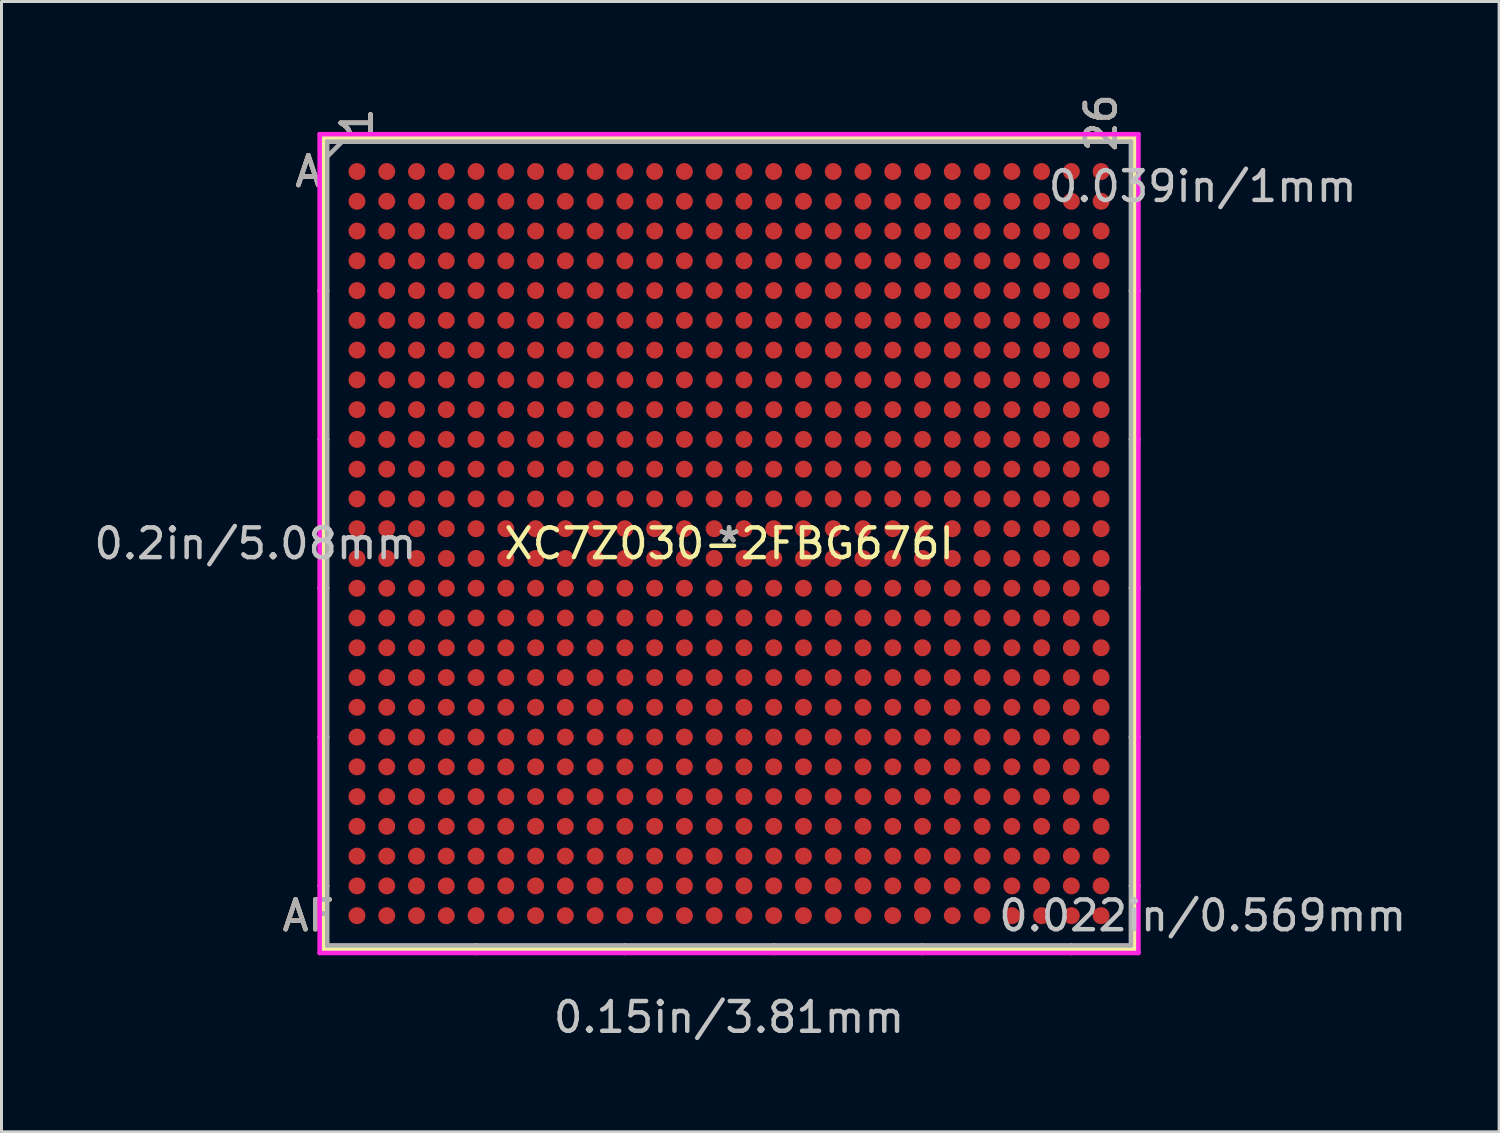
<source format=kicad_pcb>
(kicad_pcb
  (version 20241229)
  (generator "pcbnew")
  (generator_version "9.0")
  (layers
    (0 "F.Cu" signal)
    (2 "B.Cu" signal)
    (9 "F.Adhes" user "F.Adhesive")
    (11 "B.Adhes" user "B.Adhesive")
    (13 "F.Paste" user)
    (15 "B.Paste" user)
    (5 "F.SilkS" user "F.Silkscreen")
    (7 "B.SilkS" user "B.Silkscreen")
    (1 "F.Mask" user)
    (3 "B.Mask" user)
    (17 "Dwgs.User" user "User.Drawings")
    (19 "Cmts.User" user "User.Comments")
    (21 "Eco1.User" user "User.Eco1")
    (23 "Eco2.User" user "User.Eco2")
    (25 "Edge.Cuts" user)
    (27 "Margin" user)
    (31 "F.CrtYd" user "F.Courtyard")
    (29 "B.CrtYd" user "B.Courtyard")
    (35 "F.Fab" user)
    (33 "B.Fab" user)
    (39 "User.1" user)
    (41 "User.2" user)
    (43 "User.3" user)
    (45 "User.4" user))
  (footprint "XC7Z030-2FBG676I"
    (layer "F.Cu")
    (at 21.443 15.212)
    (property "Reference" "XC7Z030-2FBG676I" (at 0 0 0) (layer "F.SilkS") (effects (font (size 1 1) (thickness 0.15))))
    (attr through_hole)
    (fp_line (start -13.627 -13.627) (end -13.627 13.627) (stroke (width 0.152) (type solid)) (layer "F.SilkS"))
    (fp_line (start -13.627 13.627) (end 13.627 13.627) (stroke (width 0.152) (type solid)) (layer "F.SilkS"))
    (fp_line (start -13.5 -8.5) (end -13.754 -8.5) (stroke (width 0.152) (type solid)) (layer "F.SilkS"))
    (fp_line (start -13.5 -3.5) (end -13.754 -3.5) (stroke (width 0.152) (type solid)) (layer "F.SilkS"))
    (fp_line (start -13.5 1.5) (end -13.754 1.5) (stroke (width 0.152) (type solid)) (layer "F.SilkS"))
    (fp_line (start -13.5 6.5) (end -13.754 6.5) (stroke (width 0.152) (type solid)) (layer "F.SilkS"))
    (fp_line (start -13.5 11.5) (end -13.754 11.5) (stroke (width 0.152) (type solid)) (layer "F.SilkS"))
    (fp_line (start -8.5 -13.5) (end -8.5 -13.754) (stroke (width 0.152) (type solid)) (layer "F.SilkS"))
    (fp_line (start -8.5 13.5) (end -8.5 13.754) (stroke (width 0.152) (type solid)) (layer "F.SilkS"))
    (fp_line (start -3.5 -13.5) (end -3.5 -13.754) (stroke (width 0.152) (type solid)) (layer "F.SilkS"))
    (fp_line (start -3.5 13.5) (end -3.5 13.754) (stroke (width 0.152) (type solid)) (layer "F.SilkS"))
    (fp_line (start 1.5 -13.5) (end 1.5 -13.754) (stroke (width 0.152) (type solid)) (layer "F.SilkS"))
    (fp_line (start 1.5 13.5) (end 1.5 13.754) (stroke (width 0.152) (type solid)) (layer "F.SilkS"))
    (fp_line (start 6.5 -13.5) (end 6.5 -13.754) (stroke (width 0.152) (type solid)) (layer "F.SilkS"))
    (fp_line (start 6.5 13.5) (end 6.5 13.754) (stroke (width 0.152) (type solid)) (layer "F.SilkS"))
    (fp_line (start 11.5 -13.5) (end 11.5 -13.754) (stroke (width 0.152) (type solid)) (layer "F.SilkS"))
    (fp_line (start 11.5 13.5) (end 11.5 13.754) (stroke (width 0.152) (type solid)) (layer "F.SilkS"))
    (fp_line (start 13.5 -8.5) (end 13.754 -8.5) (stroke (width 0.152) (type solid)) (layer "F.SilkS"))
    (fp_line (start 13.5 -3.5) (end 13.754 -3.5) (stroke (width 0.152) (type solid)) (layer "F.SilkS"))
    (fp_line (start 13.5 1.5) (end 13.754 1.5) (stroke (width 0.152) (type solid)) (layer "F.SilkS"))
    (fp_line (start 13.5 6.5) (end 13.754 6.5) (stroke (width 0.152) (type solid)) (layer "F.SilkS"))
    (fp_line (start 13.5 11.5) (end 13.754 11.5) (stroke (width 0.152) (type solid)) (layer "F.SilkS"))
    (fp_line (start 13.627 -13.627) (end -13.627 -13.627) (stroke (width 0.152) (type solid)) (layer "F.SilkS"))
    (fp_line (start 13.627 13.627) (end 13.627 -13.627) (stroke (width 0.152) (type solid)) (layer "F.SilkS"))
    (fp_line (start -13.754 -13.754) (end 13.754 -13.754) (stroke (width 0.152) (type solid)) (layer "F.CrtYd"))
    (fp_line (start -13.754 13.754) (end -13.754 -13.754) (stroke (width 0.152) (type solid)) (layer "F.CrtYd"))
    (fp_line (start 13.754 -13.754) (end 13.754 13.754) (stroke (width 0.152) (type solid)) (layer "F.CrtYd"))
    (fp_line (start 13.754 13.754) (end -13.754 13.754) (stroke (width 0.152) (type solid)) (layer "F.CrtYd"))
    (fp_line (start -13.5 -13.5) (end -13.5 13.5) (stroke (width 0.152) (type solid)) (layer "F.Fab"))
    (fp_line (start -13.5 13.5) (end 13.5 13.5) (stroke (width 0.152) (type solid)) (layer "F.Fab"))
    (fp_line (start -13 -13.5) (end -13.5 -13) (stroke (width 0.152) (type solid)) (layer "F.Fab"))
    (fp_line (start 13.5 -13.5) (end -13.5 -13.5) (stroke (width 0.152) (type solid)) (layer "F.Fab"))
    (fp_line (start 13.5 13.5) (end 13.5 -13.5) (stroke (width 0.152) (type solid)) (layer "F.Fab"))
    (fp_text user "26" (at 12.5 -14.135 90) (layer "F.SilkS") (effects (font (size 1 1) (thickness 0.15))))
    (fp_text user "A" (at -14.135 -12.5 0) (layer "F.SilkS") (effects (font (size 1 1) (thickness 0.15))))
    (fp_text user "*" (at 0 0 0) (layer "F.SilkS") (effects (font (size 1 1) (thickness 0.15))))
    (fp_text user "AF" (at -14.135 12.5 0) (layer "F.SilkS") (effects (font (size 1 1) (thickness 0.15))))
    (fp_text user "1" (at -12.5 -14.135 90) (layer "F.SilkS") (effects (font (size 1 1) (thickness 0.15))))
    (fp_text user "A" (at -14.135 -12.5 0) (layer "B.SilkS") (effects (font (size 1 1) (thickness 0.15))))
    (fp_text user "1" (at -12.5 -14.135 90) (layer "B.SilkS") (effects (font (size 1 1) (thickness 0.15))))
    (fp_text user "AF" (at -14.135 12.5 0) (layer "B.SilkS") (effects (font (size 1 1) (thickness 0.15))))
    (fp_text user "26" (at 12.5 -14.135 90) (layer "B.SilkS") (effects (font (size 1 1) (thickness 0.15))))
    (fp_text user "0.039in/1mm" (at 15.913 -12 0) (layer "Dwgs.User") (effects (font (size 1 1) (thickness 0.15))))
    (fp_text user "0.022in/0.569mm" (at 15.913 12.5 0) (layer "Dwgs.User") (effects (font (size 1 1) (thickness 0.15))))
    (fp_text user "0.2in/5.08mm" (at -15.913 0 0) (layer "Dwgs.User") (effects (font (size 1 1) (thickness 0.15))))
    (fp_text user "0.15in/3.81mm" (at 0 15.913 0) (layer "Dwgs.User") (effects (font (size 1 1) (thickness 0.15))))
    (fp_text user "Copyright 2016 Accelerated Designs. All rights reserved." (at 0 0 0) (layer "Cmts.User") (effects (font (size 0.127 0.127) (thickness 0.002))))
    (fp_text user "AF" (at -14.135 12.5 0) (layer "F.Fab") (effects (font (size 1 1) (thickness 0.15))))
    (fp_text user "26" (at 12.5 -14.135 90) (layer "F.Fab") (effects (font (size 1 1) (thickness 0.15))))
    (fp_text user "*" (at 0 0 0) (layer "F.Fab") (effects (font (size 1 1) (thickness 0.15))))
    (fp_text user "A" (at -14.135 -12.5 0) (layer "F.Fab") (effects (font (size 1 1) (thickness 0.15))))
    (fp_text user "1" (at -12.5 -14.135 90) (layer "F.Fab") (effects (font (size 1 1) (thickness 0.15))))
    (pad "A1" smd circle (at -12.5 -12.5) (size 0.569 0.569) (layers "F.Cu" "F.Mask" "F.Paste"))
    (pad "A2" smd circle (at -11.5 -12.5) (size 0.569 0.569) (layers "F.Cu" "F.Mask" "F.Paste"))
    (pad "A3" smd circle (at -10.5 -12.5) (size 0.569 0.569) (layers "F.Cu" "F.Mask" "F.Paste"))
    (pad "A4" smd circle (at -9.5 -12.5) (size 0.569 0.569) (layers "F.Cu" "F.Mask" "F.Paste"))
    (pad "A5" smd circle (at -8.5 -12.5) (size 0.569 0.569) (layers "F.Cu" "F.Mask" "F.Paste"))
    (pad "A6" smd circle (at -7.5 -12.5) (size 0.569 0.569) (layers "F.Cu" "F.Mask" "F.Paste"))
    (pad "A7" smd circle (at -6.5 -12.5) (size 0.569 0.569) (layers "F.Cu" "F.Mask" "F.Paste"))
    (pad "A8" smd circle (at -5.5 -12.5) (size 0.569 0.569) (layers "F.Cu" "F.Mask" "F.Paste"))
    (pad "A9" smd circle (at -4.5 -12.5) (size 0.569 0.569) (layers "F.Cu" "F.Mask" "F.Paste"))
    (pad "A10" smd circle (at -3.5 -12.5) (size 0.569 0.569) (layers "F.Cu" "F.Mask" "F.Paste"))
    (pad "A11" smd circle (at -2.5 -12.5) (size 0.569 0.569) (layers "F.Cu" "F.Mask" "F.Paste"))
    (pad "A12" smd circle (at -1.5 -12.5) (size 0.569 0.569) (layers "F.Cu" "F.Mask" "F.Paste"))
    (pad "A13" smd circle (at -0.5 -12.5) (size 0.569 0.569) (layers "F.Cu" "F.Mask" "F.Paste"))
    (pad "A14" smd circle (at 0.5 -12.5) (size 0.569 0.569) (layers "F.Cu" "F.Mask" "F.Paste"))
    (pad "A15" smd circle (at 1.5 -12.5) (size 0.569 0.569) (layers "F.Cu" "F.Mask" "F.Paste"))
    (pad "A16" smd circle (at 2.5 -12.5) (size 0.569 0.569) (layers "F.Cu" "F.Mask" "F.Paste"))
    (pad "A17" smd circle (at 3.5 -12.5) (size 0.569 0.569) (layers "F.Cu" "F.Mask" "F.Paste"))
    (pad "A18" smd circle (at 4.5 -12.5) (size 0.569 0.569) (layers "F.Cu" "F.Mask" "F.Paste"))
    (pad "A19" smd circle (at 5.5 -12.5) (size 0.569 0.569) (layers "F.Cu" "F.Mask" "F.Paste"))
    (pad "A20" smd circle (at 6.5 -12.5) (size 0.569 0.569) (layers "F.Cu" "F.Mask" "F.Paste"))
    (pad "A21" smd circle (at 7.5 -12.5) (size 0.569 0.569) (layers "F.Cu" "F.Mask" "F.Paste"))
    (pad "A22" smd circle (at 8.5 -12.5) (size 0.569 0.569) (layers "F.Cu" "F.Mask" "F.Paste"))
    (pad "A23" smd circle (at 9.5 -12.5) (size 0.569 0.569) (layers "F.Cu" "F.Mask" "F.Paste"))
    (pad "A24" smd circle (at 10.5 -12.5) (size 0.569 0.569) (layers "F.Cu" "F.Mask" "F.Paste"))
    (pad "A25" smd circle (at 11.5 -12.5) (size 0.569 0.569) (layers "F.Cu" "F.Mask" "F.Paste"))
    (pad "A26" smd circle (at 12.5 -12.5) (size 0.569 0.569) (layers "F.Cu" "F.Mask" "F.Paste"))
    (pad "AA1" smd circle (at -12.5 7.5) (size 0.569 0.569) (layers "F.Cu" "F.Mask" "F.Paste"))
    (pad "AA2" smd circle (at -11.5 7.5) (size 0.569 0.569) (layers "F.Cu" "F.Mask" "F.Paste"))
    (pad "AA3" smd circle (at -10.5 7.5) (size 0.569 0.569) (layers "F.Cu" "F.Mask" "F.Paste"))
    (pad "AA4" smd circle (at -9.5 7.5) (size 0.569 0.569) (layers "F.Cu" "F.Mask" "F.Paste"))
    (pad "AA5" smd circle (at -8.5 7.5) (size 0.569 0.569) (layers "F.Cu" "F.Mask" "F.Paste"))
    (pad "AA6" smd circle (at -7.5 7.5) (size 0.569 0.569) (layers "F.Cu" "F.Mask" "F.Paste"))
    (pad "AA7" smd circle (at -6.5 7.5) (size 0.569 0.569) (layers "F.Cu" "F.Mask" "F.Paste"))
    (pad "AA8" smd circle (at -5.5 7.5) (size 0.569 0.569) (layers "F.Cu" "F.Mask" "F.Paste"))
    (pad "AA9" smd circle (at -4.5 7.5) (size 0.569 0.569) (layers "F.Cu" "F.Mask" "F.Paste"))
    (pad "AA10" smd circle (at -3.5 7.5) (size 0.569 0.569) (layers "F.Cu" "F.Mask" "F.Paste"))
    (pad "AA11" smd circle (at -2.5 7.5) (size 0.569 0.569) (layers "F.Cu" "F.Mask" "F.Paste"))
    (pad "AA12" smd circle (at -1.5 7.5) (size 0.569 0.569) (layers "F.Cu" "F.Mask" "F.Paste"))
    (pad "AA13" smd circle (at -0.5 7.5) (size 0.569 0.569) (layers "F.Cu" "F.Mask" "F.Paste"))
    (pad "AA14" smd circle (at 0.5 7.5) (size 0.569 0.569) (layers "F.Cu" "F.Mask" "F.Paste"))
    (pad "AA15" smd circle (at 1.5 7.5) (size 0.569 0.569) (layers "F.Cu" "F.Mask" "F.Paste"))
    (pad "AA16" smd circle (at 2.5 7.5) (size 0.569 0.569) (layers "F.Cu" "F.Mask" "F.Paste"))
    (pad "AA17" smd circle (at 3.5 7.5) (size 0.569 0.569) (layers "F.Cu" "F.Mask" "F.Paste"))
    (pad "AA18" smd circle (at 4.5 7.5) (size 0.569 0.569) (layers "F.Cu" "F.Mask" "F.Paste"))
    (pad "AA19" smd circle (at 5.5 7.5) (size 0.569 0.569) (layers "F.Cu" "F.Mask" "F.Paste"))
    (pad "AA20" smd circle (at 6.5 7.5) (size 0.569 0.569) (layers "F.Cu" "F.Mask" "F.Paste"))
    (pad "AA21" smd circle (at 7.5 7.5) (size 0.569 0.569) (layers "F.Cu" "F.Mask" "F.Paste"))
    (pad "AA22" smd circle (at 8.5 7.5) (size 0.569 0.569) (layers "F.Cu" "F.Mask" "F.Paste"))
    (pad "AA23" smd circle (at 9.5 7.5) (size 0.569 0.569) (layers "F.Cu" "F.Mask" "F.Paste"))
    (pad "AA24" smd circle (at 10.5 7.5) (size 0.569 0.569) (layers "F.Cu" "F.Mask" "F.Paste"))
    (pad "AA25" smd circle (at 11.5 7.5) (size 0.569 0.569) (layers "F.Cu" "F.Mask" "F.Paste"))
    (pad "AA26" smd circle (at 12.5 7.5) (size 0.569 0.569) (layers "F.Cu" "F.Mask" "F.Paste"))
    (pad "AB1" smd circle (at -12.5 8.5) (size 0.569 0.569) (layers "F.Cu" "F.Mask" "F.Paste"))
    (pad "AB2" smd circle (at -11.5 8.5) (size 0.569 0.569) (layers "F.Cu" "F.Mask" "F.Paste"))
    (pad "AB3" smd circle (at -10.5 8.5) (size 0.569 0.569) (layers "F.Cu" "F.Mask" "F.Paste"))
    (pad "AB4" smd circle (at -9.5 8.5) (size 0.569 0.569) (layers "F.Cu" "F.Mask" "F.Paste"))
    (pad "AB5" smd circle (at -8.5 8.5) (size 0.569 0.569) (layers "F.Cu" "F.Mask" "F.Paste"))
    (pad "AB6" smd circle (at -7.5 8.5) (size 0.569 0.569) (layers "F.Cu" "F.Mask" "F.Paste"))
    (pad "AB7" smd circle (at -6.5 8.5) (size 0.569 0.569) (layers "F.Cu" "F.Mask" "F.Paste"))
    (pad "AB8" smd circle (at -5.5 8.5) (size 0.569 0.569) (layers "F.Cu" "F.Mask" "F.Paste"))
    (pad "AB9" smd circle (at -4.5 8.5) (size 0.569 0.569) (layers "F.Cu" "F.Mask" "F.Paste"))
    (pad "AB10" smd circle (at -3.5 8.5) (size 0.569 0.569) (layers "F.Cu" "F.Mask" "F.Paste"))
    (pad "AB11" smd circle (at -2.5 8.5) (size 0.569 0.569) (layers "F.Cu" "F.Mask" "F.Paste"))
    (pad "AB12" smd circle (at -1.5 8.5) (size 0.569 0.569) (layers "F.Cu" "F.Mask" "F.Paste"))
    (pad "AB13" smd circle (at -0.5 8.5) (size 0.569 0.569) (layers "F.Cu" "F.Mask" "F.Paste"))
    (pad "AB14" smd circle (at 0.5 8.5) (size 0.569 0.569) (layers "F.Cu" "F.Mask" "F.Paste"))
    (pad "AB15" smd circle (at 1.5 8.5) (size 0.569 0.569) (layers "F.Cu" "F.Mask" "F.Paste"))
    (pad "AB16" smd circle (at 2.5 8.5) (size 0.569 0.569) (layers "F.Cu" "F.Mask" "F.Paste"))
    (pad "AB17" smd circle (at 3.5 8.5) (size 0.569 0.569) (layers "F.Cu" "F.Mask" "F.Paste"))
    (pad "AB18" smd circle (at 4.5 8.5) (size 0.569 0.569) (layers "F.Cu" "F.Mask" "F.Paste"))
    (pad "AB19" smd circle (at 5.5 8.5) (size 0.569 0.569) (layers "F.Cu" "F.Mask" "F.Paste"))
    (pad "AB20" smd circle (at 6.5 8.5) (size 0.569 0.569) (layers "F.Cu" "F.Mask" "F.Paste"))
    (pad "AB21" smd circle (at 7.5 8.5) (size 0.569 0.569) (layers "F.Cu" "F.Mask" "F.Paste"))
    (pad "AB22" smd circle (at 8.5 8.5) (size 0.569 0.569) (layers "F.Cu" "F.Mask" "F.Paste"))
    (pad "AB23" smd circle (at 9.5 8.5) (size 0.569 0.569) (layers "F.Cu" "F.Mask" "F.Paste"))
    (pad "AB24" smd circle (at 10.5 8.5) (size 0.569 0.569) (layers "F.Cu" "F.Mask" "F.Paste"))
    (pad "AB25" smd circle (at 11.5 8.5) (size 0.569 0.569) (layers "F.Cu" "F.Mask" "F.Paste"))
    (pad "AB26" smd circle (at 12.5 8.5) (size 0.569 0.569) (layers "F.Cu" "F.Mask" "F.Paste"))
    (pad "AC1" smd circle (at -12.5 9.5) (size 0.569 0.569) (layers "F.Cu" "F.Mask" "F.Paste"))
    (pad "AC2" smd circle (at -11.5 9.5) (size 0.569 0.569) (layers "F.Cu" "F.Mask" "F.Paste"))
    (pad "AC3" smd circle (at -10.5 9.5) (size 0.569 0.569) (layers "F.Cu" "F.Mask" "F.Paste"))
    (pad "AC4" smd circle (at -9.5 9.5) (size 0.569 0.569) (layers "F.Cu" "F.Mask" "F.Paste"))
    (pad "AC5" smd circle (at -8.5 9.5) (size 0.569 0.569) (layers "F.Cu" "F.Mask" "F.Paste"))
    (pad "AC6" smd circle (at -7.5 9.5) (size 0.569 0.569) (layers "F.Cu" "F.Mask" "F.Paste"))
    (pad "AC7" smd circle (at -6.5 9.5) (size 0.569 0.569) (layers "F.Cu" "F.Mask" "F.Paste"))
    (pad "AC8" smd circle (at -5.5 9.5) (size 0.569 0.569) (layers "F.Cu" "F.Mask" "F.Paste"))
    (pad "AC9" smd circle (at -4.5 9.5) (size 0.569 0.569) (layers "F.Cu" "F.Mask" "F.Paste"))
    (pad "AC10" smd circle (at -3.5 9.5) (size 0.569 0.569) (layers "F.Cu" "F.Mask" "F.Paste"))
    (pad "AC11" smd circle (at -2.5 9.5) (size 0.569 0.569) (layers "F.Cu" "F.Mask" "F.Paste"))
    (pad "AC12" smd circle (at -1.5 9.5) (size 0.569 0.569) (layers "F.Cu" "F.Mask" "F.Paste"))
    (pad "AC13" smd circle (at -0.5 9.5) (size 0.569 0.569) (layers "F.Cu" "F.Mask" "F.Paste"))
    (pad "AC14" smd circle (at 0.5 9.5) (size 0.569 0.569) (layers "F.Cu" "F.Mask" "F.Paste"))
    (pad "AC15" smd circle (at 1.5 9.5) (size 0.569 0.569) (layers "F.Cu" "F.Mask" "F.Paste"))
    (pad "AC16" smd circle (at 2.5 9.5) (size 0.569 0.569) (layers "F.Cu" "F.Mask" "F.Paste"))
    (pad "AC17" smd circle (at 3.5 9.5) (size 0.569 0.569) (layers "F.Cu" "F.Mask" "F.Paste"))
    (pad "AC18" smd circle (at 4.5 9.5) (size 0.569 0.569) (layers "F.Cu" "F.Mask" "F.Paste"))
    (pad "AC19" smd circle (at 5.5 9.5) (size 0.569 0.569) (layers "F.Cu" "F.Mask" "F.Paste"))
    (pad "AC20" smd circle (at 6.5 9.5) (size 0.569 0.569) (layers "F.Cu" "F.Mask" "F.Paste"))
    (pad "AC21" smd circle (at 7.5 9.5) (size 0.569 0.569) (layers "F.Cu" "F.Mask" "F.Paste"))
    (pad "AC22" smd circle (at 8.5 9.5) (size 0.569 0.569) (layers "F.Cu" "F.Mask" "F.Paste"))
    (pad "AC23" smd circle (at 9.5 9.5) (size 0.569 0.569) (layers "F.Cu" "F.Mask" "F.Paste"))
    (pad "AC24" smd circle (at 10.5 9.5) (size 0.569 0.569) (layers "F.Cu" "F.Mask" "F.Paste"))
    (pad "AC25" smd circle (at 11.5 9.5) (size 0.569 0.569) (layers "F.Cu" "F.Mask" "F.Paste"))
    (pad "AC26" smd circle (at 12.5 9.5) (size 0.569 0.569) (layers "F.Cu" "F.Mask" "F.Paste"))
    (pad "AD1" smd circle (at -12.5 10.5) (size 0.569 0.569) (layers "F.Cu" "F.Mask" "F.Paste"))
    (pad "AD2" smd circle (at -11.5 10.5) (size 0.569 0.569) (layers "F.Cu" "F.Mask" "F.Paste"))
    (pad "AD3" smd circle (at -10.5 10.5) (size 0.569 0.569) (layers "F.Cu" "F.Mask" "F.Paste"))
    (pad "AD4" smd circle (at -9.5 10.5) (size 0.569 0.569) (layers "F.Cu" "F.Mask" "F.Paste"))
    (pad "AD5" smd circle (at -8.5 10.5) (size 0.569 0.569) (layers "F.Cu" "F.Mask" "F.Paste"))
    (pad "AD6" smd circle (at -7.5 10.5) (size 0.569 0.569) (layers "F.Cu" "F.Mask" "F.Paste"))
    (pad "AD7" smd circle (at -6.5 10.5) (size 0.569 0.569) (layers "F.Cu" "F.Mask" "F.Paste"))
    (pad "AD8" smd circle (at -5.5 10.5) (size 0.569 0.569) (layers "F.Cu" "F.Mask" "F.Paste"))
    (pad "AD9" smd circle (at -4.5 10.5) (size 0.569 0.569) (layers "F.Cu" "F.Mask" "F.Paste"))
    (pad "AD10" smd circle (at -3.5 10.5) (size 0.569 0.569) (layers "F.Cu" "F.Mask" "F.Paste"))
    (pad "AD11" smd circle (at -2.5 10.5) (size 0.569 0.569) (layers "F.Cu" "F.Mask" "F.Paste"))
    (pad "AD12" smd circle (at -1.5 10.5) (size 0.569 0.569) (layers "F.Cu" "F.Mask" "F.Paste"))
    (pad "AD13" smd circle (at -0.5 10.5) (size 0.569 0.569) (layers "F.Cu" "F.Mask" "F.Paste"))
    (pad "AD14" smd circle (at 0.5 10.5) (size 0.569 0.569) (layers "F.Cu" "F.Mask" "F.Paste"))
    (pad "AD15" smd circle (at 1.5 10.5) (size 0.569 0.569) (layers "F.Cu" "F.Mask" "F.Paste"))
    (pad "AD16" smd circle (at 2.5 10.5) (size 0.569 0.569) (layers "F.Cu" "F.Mask" "F.Paste"))
    (pad "AD17" smd circle (at 3.5 10.5) (size 0.569 0.569) (layers "F.Cu" "F.Mask" "F.Paste"))
    (pad "AD18" smd circle (at 4.5 10.5) (size 0.569 0.569) (layers "F.Cu" "F.Mask" "F.Paste"))
    (pad "AD19" smd circle (at 5.5 10.5) (size 0.569 0.569) (layers "F.Cu" "F.Mask" "F.Paste"))
    (pad "AD20" smd circle (at 6.5 10.5) (size 0.569 0.569) (layers "F.Cu" "F.Mask" "F.Paste"))
    (pad "AD21" smd circle (at 7.5 10.5) (size 0.569 0.569) (layers "F.Cu" "F.Mask" "F.Paste"))
    (pad "AD22" smd circle (at 8.5 10.5) (size 0.569 0.569) (layers "F.Cu" "F.Mask" "F.Paste"))
    (pad "AD23" smd circle (at 9.5 10.5) (size 0.569 0.569) (layers "F.Cu" "F.Mask" "F.Paste"))
    (pad "AD24" smd circle (at 10.5 10.5) (size 0.569 0.569) (layers "F.Cu" "F.Mask" "F.Paste"))
    (pad "AD25" smd circle (at 11.5 10.5) (size 0.569 0.569) (layers "F.Cu" "F.Mask" "F.Paste"))
    (pad "AD26" smd circle (at 12.5 10.5) (size 0.569 0.569) (layers "F.Cu" "F.Mask" "F.Paste"))
    (pad "AE1" smd circle (at -12.5 11.5) (size 0.569 0.569) (layers "F.Cu" "F.Mask" "F.Paste"))
    (pad "AE2" smd circle (at -11.5 11.5) (size 0.569 0.569) (layers "F.Cu" "F.Mask" "F.Paste"))
    (pad "AE3" smd circle (at -10.5 11.5) (size 0.569 0.569) (layers "F.Cu" "F.Mask" "F.Paste"))
    (pad "AE4" smd circle (at -9.5 11.5) (size 0.569 0.569) (layers "F.Cu" "F.Mask" "F.Paste"))
    (pad "AE5" smd circle (at -8.5 11.5) (size 0.569 0.569) (layers "F.Cu" "F.Mask" "F.Paste"))
    (pad "AE6" smd circle (at -7.5 11.5) (size 0.569 0.569) (layers "F.Cu" "F.Mask" "F.Paste"))
    (pad "AE7" smd circle (at -6.5 11.5) (size 0.569 0.569) (layers "F.Cu" "F.Mask" "F.Paste"))
    (pad "AE8" smd circle (at -5.5 11.5) (size 0.569 0.569) (layers "F.Cu" "F.Mask" "F.Paste"))
    (pad "AE9" smd circle (at -4.5 11.5) (size 0.569 0.569) (layers "F.Cu" "F.Mask" "F.Paste"))
    (pad "AE10" smd circle (at -3.5 11.5) (size 0.569 0.569) (layers "F.Cu" "F.Mask" "F.Paste"))
    (pad "AE11" smd circle (at -2.5 11.5) (size 0.569 0.569) (layers "F.Cu" "F.Mask" "F.Paste"))
    (pad "AE12" smd circle (at -1.5 11.5) (size 0.569 0.569) (layers "F.Cu" "F.Mask" "F.Paste"))
    (pad "AE13" smd circle (at -0.5 11.5) (size 0.569 0.569) (layers "F.Cu" "F.Mask" "F.Paste"))
    (pad "AE14" smd circle (at 0.5 11.5) (size 0.569 0.569) (layers "F.Cu" "F.Mask" "F.Paste"))
    (pad "AE15" smd circle (at 1.5 11.5) (size 0.569 0.569) (layers "F.Cu" "F.Mask" "F.Paste"))
    (pad "AE16" smd circle (at 2.5 11.5) (size 0.569 0.569) (layers "F.Cu" "F.Mask" "F.Paste"))
    (pad "AE17" smd circle (at 3.5 11.5) (size 0.569 0.569) (layers "F.Cu" "F.Mask" "F.Paste"))
    (pad "AE18" smd circle (at 4.5 11.5) (size 0.569 0.569) (layers "F.Cu" "F.Mask" "F.Paste"))
    (pad "AE19" smd circle (at 5.5 11.5) (size 0.569 0.569) (layers "F.Cu" "F.Mask" "F.Paste"))
    (pad "AE20" smd circle (at 6.5 11.5) (size 0.569 0.569) (layers "F.Cu" "F.Mask" "F.Paste"))
    (pad "AE21" smd circle (at 7.5 11.5) (size 0.569 0.569) (layers "F.Cu" "F.Mask" "F.Paste"))
    (pad "AE22" smd circle (at 8.5 11.5) (size 0.569 0.569) (layers "F.Cu" "F.Mask" "F.Paste"))
    (pad "AE23" smd circle (at 9.5 11.5) (size 0.569 0.569) (layers "F.Cu" "F.Mask" "F.Paste"))
    (pad "AE24" smd circle (at 10.5 11.5) (size 0.569 0.569) (layers "F.Cu" "F.Mask" "F.Paste"))
    (pad "AE25" smd circle (at 11.5 11.5) (size 0.569 0.569) (layers "F.Cu" "F.Mask" "F.Paste"))
    (pad "AE26" smd circle (at 12.5 11.5) (size 0.569 0.569) (layers "F.Cu" "F.Mask" "F.Paste"))
    (pad "AF1" smd circle (at -12.5 12.5) (size 0.569 0.569) (layers "F.Cu" "F.Mask" "F.Paste"))
    (pad "AF2" smd circle (at -11.5 12.5) (size 0.569 0.569) (layers "F.Cu" "F.Mask" "F.Paste"))
    (pad "AF3" smd circle (at -10.5 12.5) (size 0.569 0.569) (layers "F.Cu" "F.Mask" "F.Paste"))
    (pad "AF4" smd circle (at -9.5 12.5) (size 0.569 0.569) (layers "F.Cu" "F.Mask" "F.Paste"))
    (pad "AF5" smd circle (at -8.5 12.5) (size 0.569 0.569) (layers "F.Cu" "F.Mask" "F.Paste"))
    (pad "AF6" smd circle (at -7.5 12.5) (size 0.569 0.569) (layers "F.Cu" "F.Mask" "F.Paste"))
    (pad "AF7" smd circle (at -6.5 12.5) (size 0.569 0.569) (layers "F.Cu" "F.Mask" "F.Paste"))
    (pad "AF8" smd circle (at -5.5 12.5) (size 0.569 0.569) (layers "F.Cu" "F.Mask" "F.Paste"))
    (pad "AF9" smd circle (at -4.5 12.5) (size 0.569 0.569) (layers "F.Cu" "F.Mask" "F.Paste"))
    (pad "AF10" smd circle (at -3.5 12.5) (size 0.569 0.569) (layers "F.Cu" "F.Mask" "F.Paste"))
    (pad "AF11" smd circle (at -2.5 12.5) (size 0.569 0.569) (layers "F.Cu" "F.Mask" "F.Paste"))
    (pad "AF12" smd circle (at -1.5 12.5) (size 0.569 0.569) (layers "F.Cu" "F.Mask" "F.Paste"))
    (pad "AF13" smd circle (at -0.5 12.5) (size 0.569 0.569) (layers "F.Cu" "F.Mask" "F.Paste"))
    (pad "AF14" smd circle (at 0.5 12.5) (size 0.569 0.569) (layers "F.Cu" "F.Mask" "F.Paste"))
    (pad "AF15" smd circle (at 1.5 12.5) (size 0.569 0.569) (layers "F.Cu" "F.Mask" "F.Paste"))
    (pad "AF16" smd circle (at 2.5 12.5) (size 0.569 0.569) (layers "F.Cu" "F.Mask" "F.Paste"))
    (pad "AF17" smd circle (at 3.5 12.5) (size 0.569 0.569) (layers "F.Cu" "F.Mask" "F.Paste"))
    (pad "AF18" smd circle (at 4.5 12.5) (size 0.569 0.569) (layers "F.Cu" "F.Mask" "F.Paste"))
    (pad "AF19" smd circle (at 5.5 12.5) (size 0.569 0.569) (layers "F.Cu" "F.Mask" "F.Paste"))
    (pad "AF20" smd circle (at 6.5 12.5) (size 0.569 0.569) (layers "F.Cu" "F.Mask" "F.Paste"))
    (pad "AF21" smd circle (at 7.5 12.5) (size 0.569 0.569) (layers "F.Cu" "F.Mask" "F.Paste"))
    (pad "AF22" smd circle (at 8.5 12.5) (size 0.569 0.569) (layers "F.Cu" "F.Mask" "F.Paste"))
    (pad "AF23" smd circle (at 9.5 12.5) (size 0.569 0.569) (layers "F.Cu" "F.Mask" "F.Paste"))
    (pad "AF24" smd circle (at 10.5 12.5) (size 0.569 0.569) (layers "F.Cu" "F.Mask" "F.Paste"))
    (pad "AF25" smd circle (at 11.5 12.5) (size 0.569 0.569) (layers "F.Cu" "F.Mask" "F.Paste"))
    (pad "AF26" smd circle (at 12.5 12.5) (size 0.569 0.569) (layers "F.Cu" "F.Mask" "F.Paste"))
    (pad "B1" smd circle (at -12.5 -11.5) (size 0.569 0.569) (layers "F.Cu" "F.Mask" "F.Paste"))
    (pad "B2" smd circle (at -11.5 -11.5) (size 0.569 0.569) (layers "F.Cu" "F.Mask" "F.Paste"))
    (pad "B3" smd circle (at -10.5 -11.5) (size 0.569 0.569) (layers "F.Cu" "F.Mask" "F.Paste"))
    (pad "B4" smd circle (at -9.5 -11.5) (size 0.569 0.569) (layers "F.Cu" "F.Mask" "F.Paste"))
    (pad "B5" smd circle (at -8.5 -11.5) (size 0.569 0.569) (layers "F.Cu" "F.Mask" "F.Paste"))
    (pad "B6" smd circle (at -7.5 -11.5) (size 0.569 0.569) (layers "F.Cu" "F.Mask" "F.Paste"))
    (pad "B7" smd circle (at -6.5 -11.5) (size 0.569 0.569) (layers "F.Cu" "F.Mask" "F.Paste"))
    (pad "B8" smd circle (at -5.5 -11.5) (size 0.569 0.569) (layers "F.Cu" "F.Mask" "F.Paste"))
    (pad "B9" smd circle (at -4.5 -11.5) (size 0.569 0.569) (layers "F.Cu" "F.Mask" "F.Paste"))
    (pad "B10" smd circle (at -3.5 -11.5) (size 0.569 0.569) (layers "F.Cu" "F.Mask" "F.Paste"))
    (pad "B11" smd circle (at -2.5 -11.5) (size 0.569 0.569) (layers "F.Cu" "F.Mask" "F.Paste"))
    (pad "B12" smd circle (at -1.5 -11.5) (size 0.569 0.569) (layers "F.Cu" "F.Mask" "F.Paste"))
    (pad "B13" smd circle (at -0.5 -11.5) (size 0.569 0.569) (layers "F.Cu" "F.Mask" "F.Paste"))
    (pad "B14" smd circle (at 0.5 -11.5) (size 0.569 0.569) (layers "F.Cu" "F.Mask" "F.Paste"))
    (pad "B15" smd circle (at 1.5 -11.5) (size 0.569 0.569) (layers "F.Cu" "F.Mask" "F.Paste"))
    (pad "B16" smd circle (at 2.5 -11.5) (size 0.569 0.569) (layers "F.Cu" "F.Mask" "F.Paste"))
    (pad "B17" smd circle (at 3.5 -11.5) (size 0.569 0.569) (layers "F.Cu" "F.Mask" "F.Paste"))
    (pad "B18" smd circle (at 4.5 -11.5) (size 0.569 0.569) (layers "F.Cu" "F.Mask" "F.Paste"))
    (pad "B19" smd circle (at 5.5 -11.5) (size 0.569 0.569) (layers "F.Cu" "F.Mask" "F.Paste"))
    (pad "B20" smd circle (at 6.5 -11.5) (size 0.569 0.569) (layers "F.Cu" "F.Mask" "F.Paste"))
    (pad "B21" smd circle (at 7.5 -11.5) (size 0.569 0.569) (layers "F.Cu" "F.Mask" "F.Paste"))
    (pad "B22" smd circle (at 8.5 -11.5) (size 0.569 0.569) (layers "F.Cu" "F.Mask" "F.Paste"))
    (pad "B23" smd circle (at 9.5 -11.5) (size 0.569 0.569) (layers "F.Cu" "F.Mask" "F.Paste"))
    (pad "B24" smd circle (at 10.5 -11.5) (size 0.569 0.569) (layers "F.Cu" "F.Mask" "F.Paste"))
    (pad "B25" smd circle (at 11.5 -11.5) (size 0.569 0.569) (layers "F.Cu" "F.Mask" "F.Paste"))
    (pad "B26" smd circle (at 12.5 -11.5) (size 0.569 0.569) (layers "F.Cu" "F.Mask" "F.Paste"))
    (pad "C1" smd circle (at -12.5 -10.5) (size 0.569 0.569) (layers "F.Cu" "F.Mask" "F.Paste"))
    (pad "C2" smd circle (at -11.5 -10.5) (size 0.569 0.569) (layers "F.Cu" "F.Mask" "F.Paste"))
    (pad "C3" smd circle (at -10.5 -10.5) (size 0.569 0.569) (layers "F.Cu" "F.Mask" "F.Paste"))
    (pad "C4" smd circle (at -9.5 -10.5) (size 0.569 0.569) (layers "F.Cu" "F.Mask" "F.Paste"))
    (pad "C5" smd circle (at -8.5 -10.5) (size 0.569 0.569) (layers "F.Cu" "F.Mask" "F.Paste"))
    (pad "C6" smd circle (at -7.5 -10.5) (size 0.569 0.569) (layers "F.Cu" "F.Mask" "F.Paste"))
    (pad "C7" smd circle (at -6.5 -10.5) (size 0.569 0.569) (layers "F.Cu" "F.Mask" "F.Paste"))
    (pad "C8" smd circle (at -5.5 -10.5) (size 0.569 0.569) (layers "F.Cu" "F.Mask" "F.Paste"))
    (pad "C9" smd circle (at -4.5 -10.5) (size 0.569 0.569) (layers "F.Cu" "F.Mask" "F.Paste"))
    (pad "C10" smd circle (at -3.5 -10.5) (size 0.569 0.569) (layers "F.Cu" "F.Mask" "F.Paste"))
    (pad "C11" smd circle (at -2.5 -10.5) (size 0.569 0.569) (layers "F.Cu" "F.Mask" "F.Paste"))
    (pad "C12" smd circle (at -1.5 -10.5) (size 0.569 0.569) (layers "F.Cu" "F.Mask" "F.Paste"))
    (pad "C13" smd circle (at -0.5 -10.5) (size 0.569 0.569) (layers "F.Cu" "F.Mask" "F.Paste"))
    (pad "C14" smd circle (at 0.5 -10.5) (size 0.569 0.569) (layers "F.Cu" "F.Mask" "F.Paste"))
    (pad "C15" smd circle (at 1.5 -10.5) (size 0.569 0.569) (layers "F.Cu" "F.Mask" "F.Paste"))
    (pad "C16" smd circle (at 2.5 -10.5) (size 0.569 0.569) (layers "F.Cu" "F.Mask" "F.Paste"))
    (pad "C17" smd circle (at 3.5 -10.5) (size 0.569 0.569) (layers "F.Cu" "F.Mask" "F.Paste"))
    (pad "C18" smd circle (at 4.5 -10.5) (size 0.569 0.569) (layers "F.Cu" "F.Mask" "F.Paste"))
    (pad "C19" smd circle (at 5.5 -10.5) (size 0.569 0.569) (layers "F.Cu" "F.Mask" "F.Paste"))
    (pad "C20" smd circle (at 6.5 -10.5) (size 0.569 0.569) (layers "F.Cu" "F.Mask" "F.Paste"))
    (pad "C21" smd circle (at 7.5 -10.5) (size 0.569 0.569) (layers "F.Cu" "F.Mask" "F.Paste"))
    (pad "C22" smd circle (at 8.5 -10.5) (size 0.569 0.569) (layers "F.Cu" "F.Mask" "F.Paste"))
    (pad "C23" smd circle (at 9.5 -10.5) (size 0.569 0.569) (layers "F.Cu" "F.Mask" "F.Paste"))
    (pad "C24" smd circle (at 10.5 -10.5) (size 0.569 0.569) (layers "F.Cu" "F.Mask" "F.Paste"))
    (pad "C25" smd circle (at 11.5 -10.5) (size 0.569 0.569) (layers "F.Cu" "F.Mask" "F.Paste"))
    (pad "C26" smd circle (at 12.5 -10.5) (size 0.569 0.569) (layers "F.Cu" "F.Mask" "F.Paste"))
    (pad "D1" smd circle (at -12.5 -9.5) (size 0.569 0.569) (layers "F.Cu" "F.Mask" "F.Paste"))
    (pad "D2" smd circle (at -11.5 -9.5) (size 0.569 0.569) (layers "F.Cu" "F.Mask" "F.Paste"))
    (pad "D3" smd circle (at -10.5 -9.5) (size 0.569 0.569) (layers "F.Cu" "F.Mask" "F.Paste"))
    (pad "D4" smd circle (at -9.5 -9.5) (size 0.569 0.569) (layers "F.Cu" "F.Mask" "F.Paste"))
    (pad "D5" smd circle (at -8.5 -9.5) (size 0.569 0.569) (layers "F.Cu" "F.Mask" "F.Paste"))
    (pad "D6" smd circle (at -7.5 -9.5) (size 0.569 0.569) (layers "F.Cu" "F.Mask" "F.Paste"))
    (pad "D7" smd circle (at -6.5 -9.5) (size 0.569 0.569) (layers "F.Cu" "F.Mask" "F.Paste"))
    (pad "D8" smd circle (at -5.5 -9.5) (size 0.569 0.569) (layers "F.Cu" "F.Mask" "F.Paste"))
    (pad "D9" smd circle (at -4.5 -9.5) (size 0.569 0.569) (layers "F.Cu" "F.Mask" "F.Paste"))
    (pad "D10" smd circle (at -3.5 -9.5) (size 0.569 0.569) (layers "F.Cu" "F.Mask" "F.Paste"))
    (pad "D11" smd circle (at -2.5 -9.5) (size 0.569 0.569) (layers "F.Cu" "F.Mask" "F.Paste"))
    (pad "D12" smd circle (at -1.5 -9.5) (size 0.569 0.569) (layers "F.Cu" "F.Mask" "F.Paste"))
    (pad "D13" smd circle (at -0.5 -9.5) (size 0.569 0.569) (layers "F.Cu" "F.Mask" "F.Paste"))
    (pad "D14" smd circle (at 0.5 -9.5) (size 0.569 0.569) (layers "F.Cu" "F.Mask" "F.Paste"))
    (pad "D15" smd circle (at 1.5 -9.5) (size 0.569 0.569) (layers "F.Cu" "F.Mask" "F.Paste"))
    (pad "D16" smd circle (at 2.5 -9.5) (size 0.569 0.569) (layers "F.Cu" "F.Mask" "F.Paste"))
    (pad "D17" smd circle (at 3.5 -9.5) (size 0.569 0.569) (layers "F.Cu" "F.Mask" "F.Paste"))
    (pad "D18" smd circle (at 4.5 -9.5) (size 0.569 0.569) (layers "F.Cu" "F.Mask" "F.Paste"))
    (pad "D19" smd circle (at 5.5 -9.5) (size 0.569 0.569) (layers "F.Cu" "F.Mask" "F.Paste"))
    (pad "D20" smd circle (at 6.5 -9.5) (size 0.569 0.569) (layers "F.Cu" "F.Mask" "F.Paste"))
    (pad "D21" smd circle (at 7.5 -9.5) (size 0.569 0.569) (layers "F.Cu" "F.Mask" "F.Paste"))
    (pad "D22" smd circle (at 8.5 -9.5) (size 0.569 0.569) (layers "F.Cu" "F.Mask" "F.Paste"))
    (pad "D23" smd circle (at 9.5 -9.5) (size 0.569 0.569) (layers "F.Cu" "F.Mask" "F.Paste"))
    (pad "D24" smd circle (at 10.5 -9.5) (size 0.569 0.569) (layers "F.Cu" "F.Mask" "F.Paste"))
    (pad "D25" smd circle (at 11.5 -9.5) (size 0.569 0.569) (layers "F.Cu" "F.Mask" "F.Paste"))
    (pad "D26" smd circle (at 12.5 -9.5) (size 0.569 0.569) (layers "F.Cu" "F.Mask" "F.Paste"))
    (pad "E1" smd circle (at -12.5 -8.5) (size 0.569 0.569) (layers "F.Cu" "F.Mask" "F.Paste"))
    (pad "E2" smd circle (at -11.5 -8.5) (size 0.569 0.569) (layers "F.Cu" "F.Mask" "F.Paste"))
    (pad "E3" smd circle (at -10.5 -8.5) (size 0.569 0.569) (layers "F.Cu" "F.Mask" "F.Paste"))
    (pad "E4" smd circle (at -9.5 -8.5) (size 0.569 0.569) (layers "F.Cu" "F.Mask" "F.Paste"))
    (pad "E5" smd circle (at -8.5 -8.5) (size 0.569 0.569) (layers "F.Cu" "F.Mask" "F.Paste"))
    (pad "E6" smd circle (at -7.5 -8.5) (size 0.569 0.569) (layers "F.Cu" "F.Mask" "F.Paste"))
    (pad "E7" smd circle (at -6.5 -8.5) (size 0.569 0.569) (layers "F.Cu" "F.Mask" "F.Paste"))
    (pad "E8" smd circle (at -5.5 -8.5) (size 0.569 0.569) (layers "F.Cu" "F.Mask" "F.Paste"))
    (pad "E9" smd circle (at -4.5 -8.5) (size 0.569 0.569) (layers "F.Cu" "F.Mask" "F.Paste"))
    (pad "E10" smd circle (at -3.5 -8.5) (size 0.569 0.569) (layers "F.Cu" "F.Mask" "F.Paste"))
    (pad "E11" smd circle (at -2.5 -8.5) (size 0.569 0.569) (layers "F.Cu" "F.Mask" "F.Paste"))
    (pad "E12" smd circle (at -1.5 -8.5) (size 0.569 0.569) (layers "F.Cu" "F.Mask" "F.Paste"))
    (pad "E13" smd circle (at -0.5 -8.5) (size 0.569 0.569) (layers "F.Cu" "F.Mask" "F.Paste"))
    (pad "E14" smd circle (at 0.5 -8.5) (size 0.569 0.569) (layers "F.Cu" "F.Mask" "F.Paste"))
    (pad "E15" smd circle (at 1.5 -8.5) (size 0.569 0.569) (layers "F.Cu" "F.Mask" "F.Paste"))
    (pad "E16" smd circle (at 2.5 -8.5) (size 0.569 0.569) (layers "F.Cu" "F.Mask" "F.Paste"))
    (pad "E17" smd circle (at 3.5 -8.5) (size 0.569 0.569) (layers "F.Cu" "F.Mask" "F.Paste"))
    (pad "E18" smd circle (at 4.5 -8.5) (size 0.569 0.569) (layers "F.Cu" "F.Mask" "F.Paste"))
    (pad "E19" smd circle (at 5.5 -8.5) (size 0.569 0.569) (layers "F.Cu" "F.Mask" "F.Paste"))
    (pad "E20" smd circle (at 6.5 -8.5) (size 0.569 0.569) (layers "F.Cu" "F.Mask" "F.Paste"))
    (pad "E21" smd circle (at 7.5 -8.5) (size 0.569 0.569) (layers "F.Cu" "F.Mask" "F.Paste"))
    (pad "E22" smd circle (at 8.5 -8.5) (size 0.569 0.569) (layers "F.Cu" "F.Mask" "F.Paste"))
    (pad "E23" smd circle (at 9.5 -8.5) (size 0.569 0.569) (layers "F.Cu" "F.Mask" "F.Paste"))
    (pad "E24" smd circle (at 10.5 -8.5) (size 0.569 0.569) (layers "F.Cu" "F.Mask" "F.Paste"))
    (pad "E25" smd circle (at 11.5 -8.5) (size 0.569 0.569) (layers "F.Cu" "F.Mask" "F.Paste"))
    (pad "E26" smd circle (at 12.5 -8.5) (size 0.569 0.569) (layers "F.Cu" "F.Mask" "F.Paste"))
    (pad "F1" smd circle (at -12.5 -7.5) (size 0.569 0.569) (layers "F.Cu" "F.Mask" "F.Paste"))
    (pad "F2" smd circle (at -11.5 -7.5) (size 0.569 0.569) (layers "F.Cu" "F.Mask" "F.Paste"))
    (pad "F3" smd circle (at -10.5 -7.5) (size 0.569 0.569) (layers "F.Cu" "F.Mask" "F.Paste"))
    (pad "F4" smd circle (at -9.5 -7.5) (size 0.569 0.569) (layers "F.Cu" "F.Mask" "F.Paste"))
    (pad "F5" smd circle (at -8.5 -7.5) (size 0.569 0.569) (layers "F.Cu" "F.Mask" "F.Paste"))
    (pad "F6" smd circle (at -7.5 -7.5) (size 0.569 0.569) (layers "F.Cu" "F.Mask" "F.Paste"))
    (pad "F7" smd circle (at -6.5 -7.5) (size 0.569 0.569) (layers "F.Cu" "F.Mask" "F.Paste"))
    (pad "F8" smd circle (at -5.5 -7.5) (size 0.569 0.569) (layers "F.Cu" "F.Mask" "F.Paste"))
    (pad "F9" smd circle (at -4.5 -7.5) (size 0.569 0.569) (layers "F.Cu" "F.Mask" "F.Paste"))
    (pad "F10" smd circle (at -3.5 -7.5) (size 0.569 0.569) (layers "F.Cu" "F.Mask" "F.Paste"))
    (pad "F11" smd circle (at -2.5 -7.5) (size 0.569 0.569) (layers "F.Cu" "F.Mask" "F.Paste"))
    (pad "F12" smd circle (at -1.5 -7.5) (size 0.569 0.569) (layers "F.Cu" "F.Mask" "F.Paste"))
    (pad "F13" smd circle (at -0.5 -7.5) (size 0.569 0.569) (layers "F.Cu" "F.Mask" "F.Paste"))
    (pad "F14" smd circle (at 0.5 -7.5) (size 0.569 0.569) (layers "F.Cu" "F.Mask" "F.Paste"))
    (pad "F15" smd circle (at 1.5 -7.5) (size 0.569 0.569) (layers "F.Cu" "F.Mask" "F.Paste"))
    (pad "F16" smd circle (at 2.5 -7.5) (size 0.569 0.569) (layers "F.Cu" "F.Mask" "F.Paste"))
    (pad "F17" smd circle (at 3.5 -7.5) (size 0.569 0.569) (layers "F.Cu" "F.Mask" "F.Paste"))
    (pad "F18" smd circle (at 4.5 -7.5) (size 0.569 0.569) (layers "F.Cu" "F.Mask" "F.Paste"))
    (pad "F19" smd circle (at 5.5 -7.5) (size 0.569 0.569) (layers "F.Cu" "F.Mask" "F.Paste"))
    (pad "F20" smd circle (at 6.5 -7.5) (size 0.569 0.569) (layers "F.Cu" "F.Mask" "F.Paste"))
    (pad "F21" smd circle (at 7.5 -7.5) (size 0.569 0.569) (layers "F.Cu" "F.Mask" "F.Paste"))
    (pad "F22" smd circle (at 8.5 -7.5) (size 0.569 0.569) (layers "F.Cu" "F.Mask" "F.Paste"))
    (pad "F23" smd circle (at 9.5 -7.5) (size 0.569 0.569) (layers "F.Cu" "F.Mask" "F.Paste"))
    (pad "F24" smd circle (at 10.5 -7.5) (size 0.569 0.569) (layers "F.Cu" "F.Mask" "F.Paste"))
    (pad "F25" smd circle (at 11.5 -7.5) (size 0.569 0.569) (layers "F.Cu" "F.Mask" "F.Paste"))
    (pad "F26" smd circle (at 12.5 -7.5) (size 0.569 0.569) (layers "F.Cu" "F.Mask" "F.Paste"))
    (pad "G1" smd circle (at -12.5 -6.5) (size 0.569 0.569) (layers "F.Cu" "F.Mask" "F.Paste"))
    (pad "G2" smd circle (at -11.5 -6.5) (size 0.569 0.569) (layers "F.Cu" "F.Mask" "F.Paste"))
    (pad "G3" smd circle (at -10.5 -6.5) (size 0.569 0.569) (layers "F.Cu" "F.Mask" "F.Paste"))
    (pad "G4" smd circle (at -9.5 -6.5) (size 0.569 0.569) (layers "F.Cu" "F.Mask" "F.Paste"))
    (pad "G5" smd circle (at -8.5 -6.5) (size 0.569 0.569) (layers "F.Cu" "F.Mask" "F.Paste"))
    (pad "G6" smd circle (at -7.5 -6.5) (size 0.569 0.569) (layers "F.Cu" "F.Mask" "F.Paste"))
    (pad "G7" smd circle (at -6.5 -6.5) (size 0.569 0.569) (layers "F.Cu" "F.Mask" "F.Paste"))
    (pad "G8" smd circle (at -5.5 -6.5) (size 0.569 0.569) (layers "F.Cu" "F.Mask" "F.Paste"))
    (pad "G9" smd circle (at -4.5 -6.5) (size 0.569 0.569) (layers "F.Cu" "F.Mask" "F.Paste"))
    (pad "G10" smd circle (at -3.5 -6.5) (size 0.569 0.569) (layers "F.Cu" "F.Mask" "F.Paste"))
    (pad "G11" smd circle (at -2.5 -6.5) (size 0.569 0.569) (layers "F.Cu" "F.Mask" "F.Paste"))
    (pad "G12" smd circle (at -1.5 -6.5) (size 0.569 0.569) (layers "F.Cu" "F.Mask" "F.Paste"))
    (pad "G13" smd circle (at -0.5 -6.5) (size 0.569 0.569) (layers "F.Cu" "F.Mask" "F.Paste"))
    (pad "G14" smd circle (at 0.5 -6.5) (size 0.569 0.569) (layers "F.Cu" "F.Mask" "F.Paste"))
    (pad "G15" smd circle (at 1.5 -6.5) (size 0.569 0.569) (layers "F.Cu" "F.Mask" "F.Paste"))
    (pad "G16" smd circle (at 2.5 -6.5) (size 0.569 0.569) (layers "F.Cu" "F.Mask" "F.Paste"))
    (pad "G17" smd circle (at 3.5 -6.5) (size 0.569 0.569) (layers "F.Cu" "F.Mask" "F.Paste"))
    (pad "G18" smd circle (at 4.5 -6.5) (size 0.569 0.569) (layers "F.Cu" "F.Mask" "F.Paste"))
    (pad "G19" smd circle (at 5.5 -6.5) (size 0.569 0.569) (layers "F.Cu" "F.Mask" "F.Paste"))
    (pad "G20" smd circle (at 6.5 -6.5) (size 0.569 0.569) (layers "F.Cu" "F.Mask" "F.Paste"))
    (pad "G21" smd circle (at 7.5 -6.5) (size 0.569 0.569) (layers "F.Cu" "F.Mask" "F.Paste"))
    (pad "G22" smd circle (at 8.5 -6.5) (size 0.569 0.569) (layers "F.Cu" "F.Mask" "F.Paste"))
    (pad "G23" smd circle (at 9.5 -6.5) (size 0.569 0.569) (layers "F.Cu" "F.Mask" "F.Paste"))
    (pad "G24" smd circle (at 10.5 -6.5) (size 0.569 0.569) (layers "F.Cu" "F.Mask" "F.Paste"))
    (pad "G25" smd circle (at 11.5 -6.5) (size 0.569 0.569) (layers "F.Cu" "F.Mask" "F.Paste"))
    (pad "G26" smd circle (at 12.5 -6.5) (size 0.569 0.569) (layers "F.Cu" "F.Mask" "F.Paste"))
    (pad "H1" smd circle (at -12.5 -5.5) (size 0.569 0.569) (layers "F.Cu" "F.Mask" "F.Paste"))
    (pad "H2" smd circle (at -11.5 -5.5) (size 0.569 0.569) (layers "F.Cu" "F.Mask" "F.Paste"))
    (pad "H3" smd circle (at -10.5 -5.5) (size 0.569 0.569) (layers "F.Cu" "F.Mask" "F.Paste"))
    (pad "H4" smd circle (at -9.5 -5.5) (size 0.569 0.569) (layers "F.Cu" "F.Mask" "F.Paste"))
    (pad "H5" smd circle (at -8.5 -5.5) (size 0.569 0.569) (layers "F.Cu" "F.Mask" "F.Paste"))
    (pad "H6" smd circle (at -7.5 -5.5) (size 0.569 0.569) (layers "F.Cu" "F.Mask" "F.Paste"))
    (pad "H7" smd circle (at -6.5 -5.5) (size 0.569 0.569) (layers "F.Cu" "F.Mask" "F.Paste"))
    (pad "H8" smd circle (at -5.5 -5.5) (size 0.569 0.569) (layers "F.Cu" "F.Mask" "F.Paste"))
    (pad "H9" smd circle (at -4.5 -5.5) (size 0.569 0.569) (layers "F.Cu" "F.Mask" "F.Paste"))
    (pad "H10" smd circle (at -3.5 -5.5) (size 0.569 0.569) (layers "F.Cu" "F.Mask" "F.Paste"))
    (pad "H11" smd circle (at -2.5 -5.5) (size 0.569 0.569) (layers "F.Cu" "F.Mask" "F.Paste"))
    (pad "H12" smd circle (at -1.5 -5.5) (size 0.569 0.569) (layers "F.Cu" "F.Mask" "F.Paste"))
    (pad "H13" smd circle (at -0.5 -5.5) (size 0.569 0.569) (layers "F.Cu" "F.Mask" "F.Paste"))
    (pad "H14" smd circle (at 0.5 -5.5) (size 0.569 0.569) (layers "F.Cu" "F.Mask" "F.Paste"))
    (pad "H15" smd circle (at 1.5 -5.5) (size 0.569 0.569) (layers "F.Cu" "F.Mask" "F.Paste"))
    (pad "H16" smd circle (at 2.5 -5.5) (size 0.569 0.569) (layers "F.Cu" "F.Mask" "F.Paste"))
    (pad "H17" smd circle (at 3.5 -5.5) (size 0.569 0.569) (layers "F.Cu" "F.Mask" "F.Paste"))
    (pad "H18" smd circle (at 4.5 -5.5) (size 0.569 0.569) (layers "F.Cu" "F.Mask" "F.Paste"))
    (pad "H19" smd circle (at 5.5 -5.5) (size 0.569 0.569) (layers "F.Cu" "F.Mask" "F.Paste"))
    (pad "H20" smd circle (at 6.5 -5.5) (size 0.569 0.569) (layers "F.Cu" "F.Mask" "F.Paste"))
    (pad "H21" smd circle (at 7.5 -5.5) (size 0.569 0.569) (layers "F.Cu" "F.Mask" "F.Paste"))
    (pad "H22" smd circle (at 8.5 -5.5) (size 0.569 0.569) (layers "F.Cu" "F.Mask" "F.Paste"))
    (pad "H23" smd circle (at 9.5 -5.5) (size 0.569 0.569) (layers "F.Cu" "F.Mask" "F.Paste"))
    (pad "H24" smd circle (at 10.5 -5.5) (size 0.569 0.569) (layers "F.Cu" "F.Mask" "F.Paste"))
    (pad "H25" smd circle (at 11.5 -5.5) (size 0.569 0.569) (layers "F.Cu" "F.Mask" "F.Paste"))
    (pad "H26" smd circle (at 12.5 -5.5) (size 0.569 0.569) (layers "F.Cu" "F.Mask" "F.Paste"))
    (pad "J1" smd circle (at -12.5 -4.5) (size 0.569 0.569) (layers "F.Cu" "F.Mask" "F.Paste"))
    (pad "J2" smd circle (at -11.5 -4.5) (size 0.569 0.569) (layers "F.Cu" "F.Mask" "F.Paste"))
    (pad "J3" smd circle (at -10.5 -4.5) (size 0.569 0.569) (layers "F.Cu" "F.Mask" "F.Paste"))
    (pad "J4" smd circle (at -9.5 -4.5) (size 0.569 0.569) (layers "F.Cu" "F.Mask" "F.Paste"))
    (pad "J5" smd circle (at -8.5 -4.5) (size 0.569 0.569) (layers "F.Cu" "F.Mask" "F.Paste"))
    (pad "J6" smd circle (at -7.5 -4.5) (size 0.569 0.569) (layers "F.Cu" "F.Mask" "F.Paste"))
    (pad "J7" smd circle (at -6.5 -4.5) (size 0.569 0.569) (layers "F.Cu" "F.Mask" "F.Paste"))
    (pad "J8" smd circle (at -5.5 -4.5) (size 0.569 0.569) (layers "F.Cu" "F.Mask" "F.Paste"))
    (pad "J9" smd circle (at -4.5 -4.5) (size 0.569 0.569) (layers "F.Cu" "F.Mask" "F.Paste"))
    (pad "J10" smd circle (at -3.5 -4.5) (size 0.569 0.569) (layers "F.Cu" "F.Mask" "F.Paste"))
    (pad "J11" smd circle (at -2.5 -4.5) (size 0.569 0.569) (layers "F.Cu" "F.Mask" "F.Paste"))
    (pad "J12" smd circle (at -1.5 -4.5) (size 0.569 0.569) (layers "F.Cu" "F.Mask" "F.Paste"))
    (pad "J13" smd circle (at -0.5 -4.5) (size 0.569 0.569) (layers "F.Cu" "F.Mask" "F.Paste"))
    (pad "J14" smd circle (at 0.5 -4.5) (size 0.569 0.569) (layers "F.Cu" "F.Mask" "F.Paste"))
    (pad "J15" smd circle (at 1.5 -4.5) (size 0.569 0.569) (layers "F.Cu" "F.Mask" "F.Paste"))
    (pad "J16" smd circle (at 2.5 -4.5) (size 0.569 0.569) (layers "F.Cu" "F.Mask" "F.Paste"))
    (pad "J17" smd circle (at 3.5 -4.5) (size 0.569 0.569) (layers "F.Cu" "F.Mask" "F.Paste"))
    (pad "J18" smd circle (at 4.5 -4.5) (size 0.569 0.569) (layers "F.Cu" "F.Mask" "F.Paste"))
    (pad "J19" smd circle (at 5.5 -4.5) (size 0.569 0.569) (layers "F.Cu" "F.Mask" "F.Paste"))
    (pad "J20" smd circle (at 6.5 -4.5) (size 0.569 0.569) (layers "F.Cu" "F.Mask" "F.Paste"))
    (pad "J21" smd circle (at 7.5 -4.5) (size 0.569 0.569) (layers "F.Cu" "F.Mask" "F.Paste"))
    (pad "J22" smd circle (at 8.5 -4.5) (size 0.569 0.569) (layers "F.Cu" "F.Mask" "F.Paste"))
    (pad "J23" smd circle (at 9.5 -4.5) (size 0.569 0.569) (layers "F.Cu" "F.Mask" "F.Paste"))
    (pad "J24" smd circle (at 10.5 -4.5) (size 0.569 0.569) (layers "F.Cu" "F.Mask" "F.Paste"))
    (pad "J25" smd circle (at 11.5 -4.5) (size 0.569 0.569) (layers "F.Cu" "F.Mask" "F.Paste"))
    (pad "J26" smd circle (at 12.5 -4.5) (size 0.569 0.569) (layers "F.Cu" "F.Mask" "F.Paste"))
    (pad "K1" smd circle (at -12.5 -3.5) (size 0.569 0.569) (layers "F.Cu" "F.Mask" "F.Paste"))
    (pad "K2" smd circle (at -11.5 -3.5) (size 0.569 0.569) (layers "F.Cu" "F.Mask" "F.Paste"))
    (pad "K3" smd circle (at -10.5 -3.5) (size 0.569 0.569) (layers "F.Cu" "F.Mask" "F.Paste"))
    (pad "K4" smd circle (at -9.5 -3.5) (size 0.569 0.569) (layers "F.Cu" "F.Mask" "F.Paste"))
    (pad "K5" smd circle (at -8.5 -3.5) (size 0.569 0.569) (layers "F.Cu" "F.Mask" "F.Paste"))
    (pad "K6" smd circle (at -7.5 -3.5) (size 0.569 0.569) (layers "F.Cu" "F.Mask" "F.Paste"))
    (pad "K7" smd circle (at -6.5 -3.5) (size 0.569 0.569) (layers "F.Cu" "F.Mask" "F.Paste"))
    (pad "K8" smd circle (at -5.5 -3.5) (size 0.569 0.569) (layers "F.Cu" "F.Mask" "F.Paste"))
    (pad "K9" smd circle (at -4.5 -3.5) (size 0.569 0.569) (layers "F.Cu" "F.Mask" "F.Paste"))
    (pad "K10" smd circle (at -3.5 -3.5) (size 0.569 0.569) (layers "F.Cu" "F.Mask" "F.Paste"))
    (pad "K11" smd circle (at -2.5 -3.5) (size 0.569 0.569) (layers "F.Cu" "F.Mask" "F.Paste"))
    (pad "K12" smd circle (at -1.5 -3.5) (size 0.569 0.569) (layers "F.Cu" "F.Mask" "F.Paste"))
    (pad "K13" smd circle (at -0.5 -3.5) (size 0.569 0.569) (layers "F.Cu" "F.Mask" "F.Paste"))
    (pad "K14" smd circle (at 0.5 -3.5) (size 0.569 0.569) (layers "F.Cu" "F.Mask" "F.Paste"))
    (pad "K15" smd circle (at 1.5 -3.5) (size 0.569 0.569) (layers "F.Cu" "F.Mask" "F.Paste"))
    (pad "K16" smd circle (at 2.5 -3.5) (size 0.569 0.569) (layers "F.Cu" "F.Mask" "F.Paste"))
    (pad "K17" smd circle (at 3.5 -3.5) (size 0.569 0.569) (layers "F.Cu" "F.Mask" "F.Paste"))
    (pad "K18" smd circle (at 4.5 -3.5) (size 0.569 0.569) (layers "F.Cu" "F.Mask" "F.Paste"))
    (pad "K19" smd circle (at 5.5 -3.5) (size 0.569 0.569) (layers "F.Cu" "F.Mask" "F.Paste"))
    (pad "K20" smd circle (at 6.5 -3.5) (size 0.569 0.569) (layers "F.Cu" "F.Mask" "F.Paste"))
    (pad "K21" smd circle (at 7.5 -3.5) (size 0.569 0.569) (layers "F.Cu" "F.Mask" "F.Paste"))
    (pad "K22" smd circle (at 8.5 -3.5) (size 0.569 0.569) (layers "F.Cu" "F.Mask" "F.Paste"))
    (pad "K23" smd circle (at 9.5 -3.5) (size 0.569 0.569) (layers "F.Cu" "F.Mask" "F.Paste"))
    (pad "K24" smd circle (at 10.5 -3.5) (size 0.569 0.569) (layers "F.Cu" "F.Mask" "F.Paste"))
    (pad "K25" smd circle (at 11.5 -3.5) (size 0.569 0.569) (layers "F.Cu" "F.Mask" "F.Paste"))
    (pad "K26" smd circle (at 12.5 -3.5) (size 0.569 0.569) (layers "F.Cu" "F.Mask" "F.Paste"))
    (pad "L1" smd circle (at -12.5 -2.5) (size 0.569 0.569) (layers "F.Cu" "F.Mask" "F.Paste"))
    (pad "L2" smd circle (at -11.5 -2.5) (size 0.569 0.569) (layers "F.Cu" "F.Mask" "F.Paste"))
    (pad "L3" smd circle (at -10.5 -2.5) (size 0.569 0.569) (layers "F.Cu" "F.Mask" "F.Paste"))
    (pad "L4" smd circle (at -9.5 -2.5) (size 0.569 0.569) (layers "F.Cu" "F.Mask" "F.Paste"))
    (pad "L5" smd circle (at -8.5 -2.5) (size 0.569 0.569) (layers "F.Cu" "F.Mask" "F.Paste"))
    (pad "L6" smd circle (at -7.5 -2.5) (size 0.569 0.569) (layers "F.Cu" "F.Mask" "F.Paste"))
    (pad "L7" smd circle (at -6.5 -2.5) (size 0.569 0.569) (layers "F.Cu" "F.Mask" "F.Paste"))
    (pad "L8" smd circle (at -5.5 -2.5) (size 0.569 0.569) (layers "F.Cu" "F.Mask" "F.Paste"))
    (pad "L9" smd circle (at -4.5 -2.5) (size 0.569 0.569) (layers "F.Cu" "F.Mask" "F.Paste"))
    (pad "L10" smd circle (at -3.5 -2.5) (size 0.569 0.569) (layers "F.Cu" "F.Mask" "F.Paste"))
    (pad "L11" smd circle (at -2.5 -2.5) (size 0.569 0.569) (layers "F.Cu" "F.Mask" "F.Paste"))
    (pad "L12" smd circle (at -1.5 -2.5) (size 0.569 0.569) (layers "F.Cu" "F.Mask" "F.Paste"))
    (pad "L13" smd circle (at -0.5 -2.5) (size 0.569 0.569) (layers "F.Cu" "F.Mask" "F.Paste"))
    (pad "L14" smd circle (at 0.5 -2.5) (size 0.569 0.569) (layers "F.Cu" "F.Mask" "F.Paste"))
    (pad "L15" smd circle (at 1.5 -2.5) (size 0.569 0.569) (layers "F.Cu" "F.Mask" "F.Paste"))
    (pad "L16" smd circle (at 2.5 -2.5) (size 0.569 0.569) (layers "F.Cu" "F.Mask" "F.Paste"))
    (pad "L17" smd circle (at 3.5 -2.5) (size 0.569 0.569) (layers "F.Cu" "F.Mask" "F.Paste"))
    (pad "L18" smd circle (at 4.5 -2.5) (size 0.569 0.569) (layers "F.Cu" "F.Mask" "F.Paste"))
    (pad "L19" smd circle (at 5.5 -2.5) (size 0.569 0.569) (layers "F.Cu" "F.Mask" "F.Paste"))
    (pad "L20" smd circle (at 6.5 -2.5) (size 0.569 0.569) (layers "F.Cu" "F.Mask" "F.Paste"))
    (pad "L21" smd circle (at 7.5 -2.5) (size 0.569 0.569) (layers "F.Cu" "F.Mask" "F.Paste"))
    (pad "L22" smd circle (at 8.5 -2.5) (size 0.569 0.569) (layers "F.Cu" "F.Mask" "F.Paste"))
    (pad "L23" smd circle (at 9.5 -2.5) (size 0.569 0.569) (layers "F.Cu" "F.Mask" "F.Paste"))
    (pad "L24" smd circle (at 10.5 -2.5) (size 0.569 0.569) (layers "F.Cu" "F.Mask" "F.Paste"))
    (pad "L25" smd circle (at 11.5 -2.5) (size 0.569 0.569) (layers "F.Cu" "F.Mask" "F.Paste"))
    (pad "L26" smd circle (at 12.5 -2.5) (size 0.569 0.569) (layers "F.Cu" "F.Mask" "F.Paste"))
    (pad "M1" smd circle (at -12.5 -1.5) (size 0.569 0.569) (layers "F.Cu" "F.Mask" "F.Paste"))
    (pad "M2" smd circle (at -11.5 -1.5) (size 0.569 0.569) (layers "F.Cu" "F.Mask" "F.Paste"))
    (pad "M3" smd circle (at -10.5 -1.5) (size 0.569 0.569) (layers "F.Cu" "F.Mask" "F.Paste"))
    (pad "M4" smd circle (at -9.5 -1.5) (size 0.569 0.569) (layers "F.Cu" "F.Mask" "F.Paste"))
    (pad "M5" smd circle (at -8.5 -1.5) (size 0.569 0.569) (layers "F.Cu" "F.Mask" "F.Paste"))
    (pad "M6" smd circle (at -7.5 -1.5) (size 0.569 0.569) (layers "F.Cu" "F.Mask" "F.Paste"))
    (pad "M7" smd circle (at -6.5 -1.5) (size 0.569 0.569) (layers "F.Cu" "F.Mask" "F.Paste"))
    (pad "M8" smd circle (at -5.5 -1.5) (size 0.569 0.569) (layers "F.Cu" "F.Mask" "F.Paste"))
    (pad "M9" smd circle (at -4.5 -1.5) (size 0.569 0.569) (layers "F.Cu" "F.Mask" "F.Paste"))
    (pad "M10" smd circle (at -3.5 -1.5) (size 0.569 0.569) (layers "F.Cu" "F.Mask" "F.Paste"))
    (pad "M11" smd circle (at -2.5 -1.5) (size 0.569 0.569) (layers "F.Cu" "F.Mask" "F.Paste"))
    (pad "M12" smd circle (at -1.5 -1.5) (size 0.569 0.569) (layers "F.Cu" "F.Mask" "F.Paste"))
    (pad "M13" smd circle (at -0.5 -1.5) (size 0.569 0.569) (layers "F.Cu" "F.Mask" "F.Paste"))
    (pad "M14" smd circle (at 0.5 -1.5) (size 0.569 0.569) (layers "F.Cu" "F.Mask" "F.Paste"))
    (pad "M15" smd circle (at 1.5 -1.5) (size 0.569 0.569) (layers "F.Cu" "F.Mask" "F.Paste"))
    (pad "M16" smd circle (at 2.5 -1.5) (size 0.569 0.569) (layers "F.Cu" "F.Mask" "F.Paste"))
    (pad "M17" smd circle (at 3.5 -1.5) (size 0.569 0.569) (layers "F.Cu" "F.Mask" "F.Paste"))
    (pad "M18" smd circle (at 4.5 -1.5) (size 0.569 0.569) (layers "F.Cu" "F.Mask" "F.Paste"))
    (pad "M19" smd circle (at 5.5 -1.5) (size 0.569 0.569) (layers "F.Cu" "F.Mask" "F.Paste"))
    (pad "M20" smd circle (at 6.5 -1.5) (size 0.569 0.569) (layers "F.Cu" "F.Mask" "F.Paste"))
    (pad "M21" smd circle (at 7.5 -1.5) (size 0.569 0.569) (layers "F.Cu" "F.Mask" "F.Paste"))
    (pad "M22" smd circle (at 8.5 -1.5) (size 0.569 0.569) (layers "F.Cu" "F.Mask" "F.Paste"))
    (pad "M23" smd circle (at 9.5 -1.5) (size 0.569 0.569) (layers "F.Cu" "F.Mask" "F.Paste"))
    (pad "M24" smd circle (at 10.5 -1.5) (size 0.569 0.569) (layers "F.Cu" "F.Mask" "F.Paste"))
    (pad "M25" smd circle (at 11.5 -1.5) (size 0.569 0.569) (layers "F.Cu" "F.Mask" "F.Paste"))
    (pad "M26" smd circle (at 12.5 -1.5) (size 0.569 0.569) (layers "F.Cu" "F.Mask" "F.Paste"))
    (pad "N1" smd circle (at -12.5 -0.5) (size 0.569 0.569) (layers "F.Cu" "F.Mask" "F.Paste"))
    (pad "N2" smd circle (at -11.5 -0.5) (size 0.569 0.569) (layers "F.Cu" "F.Mask" "F.Paste"))
    (pad "N3" smd circle (at -10.5 -0.5) (size 0.569 0.569) (layers "F.Cu" "F.Mask" "F.Paste"))
    (pad "N4" smd circle (at -9.5 -0.5) (size 0.569 0.569) (layers "F.Cu" "F.Mask" "F.Paste"))
    (pad "N5" smd circle (at -8.5 -0.5) (size 0.569 0.569) (layers "F.Cu" "F.Mask" "F.Paste"))
    (pad "N6" smd circle (at -7.5 -0.5) (size 0.569 0.569) (layers "F.Cu" "F.Mask" "F.Paste"))
    (pad "N7" smd circle (at -6.5 -0.5) (size 0.569 0.569) (layers "F.Cu" "F.Mask" "F.Paste"))
    (pad "N8" smd circle (at -5.5 -0.5) (size 0.569 0.569) (layers "F.Cu" "F.Mask" "F.Paste"))
    (pad "N9" smd circle (at -4.5 -0.5) (size 0.569 0.569) (layers "F.Cu" "F.Mask" "F.Paste"))
    (pad "N10" smd circle (at -3.5 -0.5) (size 0.569 0.569) (layers "F.Cu" "F.Mask" "F.Paste"))
    (pad "N11" smd circle (at -2.5 -0.5) (size 0.569 0.569) (layers "F.Cu" "F.Mask" "F.Paste"))
    (pad "N12" smd circle (at -1.5 -0.5) (size 0.569 0.569) (layers "F.Cu" "F.Mask" "F.Paste"))
    (pad "N13" smd circle (at -0.5 -0.5) (size 0.569 0.569) (layers "F.Cu" "F.Mask" "F.Paste"))
    (pad "N14" smd circle (at 0.5 -0.5) (size 0.569 0.569) (layers "F.Cu" "F.Mask" "F.Paste"))
    (pad "N15" smd circle (at 1.5 -0.5) (size 0.569 0.569) (layers "F.Cu" "F.Mask" "F.Paste"))
    (pad "N16" smd circle (at 2.5 -0.5) (size 0.569 0.569) (layers "F.Cu" "F.Mask" "F.Paste"))
    (pad "N17" smd circle (at 3.5 -0.5) (size 0.569 0.569) (layers "F.Cu" "F.Mask" "F.Paste"))
    (pad "N18" smd circle (at 4.5 -0.5) (size 0.569 0.569) (layers "F.Cu" "F.Mask" "F.Paste"))
    (pad "N19" smd circle (at 5.5 -0.5) (size 0.569 0.569) (layers "F.Cu" "F.Mask" "F.Paste"))
    (pad "N20" smd circle (at 6.5 -0.5) (size 0.569 0.569) (layers "F.Cu" "F.Mask" "F.Paste"))
    (pad "N21" smd circle (at 7.5 -0.5) (size 0.569 0.569) (layers "F.Cu" "F.Mask" "F.Paste"))
    (pad "N22" smd circle (at 8.5 -0.5) (size 0.569 0.569) (layers "F.Cu" "F.Mask" "F.Paste"))
    (pad "N23" smd circle (at 9.5 -0.5) (size 0.569 0.569) (layers "F.Cu" "F.Mask" "F.Paste"))
    (pad "N24" smd circle (at 10.5 -0.5) (size 0.569 0.569) (layers "F.Cu" "F.Mask" "F.Paste"))
    (pad "N25" smd circle (at 11.5 -0.5) (size 0.569 0.569) (layers "F.Cu" "F.Mask" "F.Paste"))
    (pad "N26" smd circle (at 12.5 -0.5) (size 0.569 0.569) (layers "F.Cu" "F.Mask" "F.Paste"))
    (pad "P1" smd circle (at -12.5 0.5) (size 0.569 0.569) (layers "F.Cu" "F.Mask" "F.Paste"))
    (pad "P2" smd circle (at -11.5 0.5) (size 0.569 0.569) (layers "F.Cu" "F.Mask" "F.Paste"))
    (pad "P3" smd circle (at -10.5 0.5) (size 0.569 0.569) (layers "F.Cu" "F.Mask" "F.Paste"))
    (pad "P4" smd circle (at -9.5 0.5) (size 0.569 0.569) (layers "F.Cu" "F.Mask" "F.Paste"))
    (pad "P5" smd circle (at -8.5 0.5) (size 0.569 0.569) (layers "F.Cu" "F.Mask" "F.Paste"))
    (pad "P6" smd circle (at -7.5 0.5) (size 0.569 0.569) (layers "F.Cu" "F.Mask" "F.Paste"))
    (pad "P7" smd circle (at -6.5 0.5) (size 0.569 0.569) (layers "F.Cu" "F.Mask" "F.Paste"))
    (pad "P8" smd circle (at -5.5 0.5) (size 0.569 0.569) (layers "F.Cu" "F.Mask" "F.Paste"))
    (pad "P9" smd circle (at -4.5 0.5) (size 0.569 0.569) (layers "F.Cu" "F.Mask" "F.Paste"))
    (pad "P10" smd circle (at -3.5 0.5) (size 0.569 0.569) (layers "F.Cu" "F.Mask" "F.Paste"))
    (pad "P11" smd circle (at -2.5 0.5) (size 0.569 0.569) (layers "F.Cu" "F.Mask" "F.Paste"))
    (pad "P12" smd circle (at -1.5 0.5) (size 0.569 0.569) (layers "F.Cu" "F.Mask" "F.Paste"))
    (pad "P13" smd circle (at -0.5 0.5) (size 0.569 0.569) (layers "F.Cu" "F.Mask" "F.Paste"))
    (pad "P14" smd circle (at 0.5 0.5) (size 0.569 0.569) (layers "F.Cu" "F.Mask" "F.Paste"))
    (pad "P15" smd circle (at 1.5 0.5) (size 0.569 0.569) (layers "F.Cu" "F.Mask" "F.Paste"))
    (pad "P16" smd circle (at 2.5 0.5) (size 0.569 0.569) (layers "F.Cu" "F.Mask" "F.Paste"))
    (pad "P17" smd circle (at 3.5 0.5) (size 0.569 0.569) (layers "F.Cu" "F.Mask" "F.Paste"))
    (pad "P18" smd circle (at 4.5 0.5) (size 0.569 0.569) (layers "F.Cu" "F.Mask" "F.Paste"))
    (pad "P19" smd circle (at 5.5 0.5) (size 0.569 0.569) (layers "F.Cu" "F.Mask" "F.Paste"))
    (pad "P20" smd circle (at 6.5 0.5) (size 0.569 0.569) (layers "F.Cu" "F.Mask" "F.Paste"))
    (pad "P21" smd circle (at 7.5 0.5) (size 0.569 0.569) (layers "F.Cu" "F.Mask" "F.Paste"))
    (pad "P22" smd circle (at 8.5 0.5) (size 0.569 0.569) (layers "F.Cu" "F.Mask" "F.Paste"))
    (pad "P23" smd circle (at 9.5 0.5) (size 0.569 0.569) (layers "F.Cu" "F.Mask" "F.Paste"))
    (pad "P24" smd circle (at 10.5 0.5) (size 0.569 0.569) (layers "F.Cu" "F.Mask" "F.Paste"))
    (pad "P25" smd circle (at 11.5 0.5) (size 0.569 0.569) (layers "F.Cu" "F.Mask" "F.Paste"))
    (pad "P26" smd circle (at 12.5 0.5) (size 0.569 0.569) (layers "F.Cu" "F.Mask" "F.Paste"))
    (pad "R1" smd circle (at -12.5 1.5) (size 0.569 0.569) (layers "F.Cu" "F.Mask" "F.Paste"))
    (pad "R2" smd circle (at -11.5 1.5) (size 0.569 0.569) (layers "F.Cu" "F.Mask" "F.Paste"))
    (pad "R3" smd circle (at -10.5 1.5) (size 0.569 0.569) (layers "F.Cu" "F.Mask" "F.Paste"))
    (pad "R4" smd circle (at -9.5 1.5) (size 0.569 0.569) (layers "F.Cu" "F.Mask" "F.Paste"))
    (pad "R5" smd circle (at -8.5 1.5) (size 0.569 0.569) (layers "F.Cu" "F.Mask" "F.Paste"))
    (pad "R6" smd circle (at -7.5 1.5) (size 0.569 0.569) (layers "F.Cu" "F.Mask" "F.Paste"))
    (pad "R7" smd circle (at -6.5 1.5) (size 0.569 0.569) (layers "F.Cu" "F.Mask" "F.Paste"))
    (pad "R8" smd circle (at -5.5 1.5) (size 0.569 0.569) (layers "F.Cu" "F.Mask" "F.Paste"))
    (pad "R9" smd circle (at -4.5 1.5) (size 0.569 0.569) (layers "F.Cu" "F.Mask" "F.Paste"))
    (pad "R10" smd circle (at -3.5 1.5) (size 0.569 0.569) (layers "F.Cu" "F.Mask" "F.Paste"))
    (pad "R11" smd circle (at -2.5 1.5) (size 0.569 0.569) (layers "F.Cu" "F.Mask" "F.Paste"))
    (pad "R12" smd circle (at -1.5 1.5) (size 0.569 0.569) (layers "F.Cu" "F.Mask" "F.Paste"))
    (pad "R13" smd circle (at -0.5 1.5) (size 0.569 0.569) (layers "F.Cu" "F.Mask" "F.Paste"))
    (pad "R14" smd circle (at 0.5 1.5) (size 0.569 0.569) (layers "F.Cu" "F.Mask" "F.Paste"))
    (pad "R15" smd circle (at 1.5 1.5) (size 0.569 0.569) (layers "F.Cu" "F.Mask" "F.Paste"))
    (pad "R16" smd circle (at 2.5 1.5) (size 0.569 0.569) (layers "F.Cu" "F.Mask" "F.Paste"))
    (pad "R17" smd circle (at 3.5 1.5) (size 0.569 0.569) (layers "F.Cu" "F.Mask" "F.Paste"))
    (pad "R18" smd circle (at 4.5 1.5) (size 0.569 0.569) (layers "F.Cu" "F.Mask" "F.Paste"))
    (pad "R19" smd circle (at 5.5 1.5) (size 0.569 0.569) (layers "F.Cu" "F.Mask" "F.Paste"))
    (pad "R20" smd circle (at 6.5 1.5) (size 0.569 0.569) (layers "F.Cu" "F.Mask" "F.Paste"))
    (pad "R21" smd circle (at 7.5 1.5) (size 0.569 0.569) (layers "F.Cu" "F.Mask" "F.Paste"))
    (pad "R22" smd circle (at 8.5 1.5) (size 0.569 0.569) (layers "F.Cu" "F.Mask" "F.Paste"))
    (pad "R23" smd circle (at 9.5 1.5) (size 0.569 0.569) (layers "F.Cu" "F.Mask" "F.Paste"))
    (pad "R24" smd circle (at 10.5 1.5) (size 0.569 0.569) (layers "F.Cu" "F.Mask" "F.Paste"))
    (pad "R25" smd circle (at 11.5 1.5) (size 0.569 0.569) (layers "F.Cu" "F.Mask" "F.Paste"))
    (pad "R26" smd circle (at 12.5 1.5) (size 0.569 0.569) (layers "F.Cu" "F.Mask" "F.Paste"))
    (pad "T1" smd circle (at -12.5 2.5) (size 0.569 0.569) (layers "F.Cu" "F.Mask" "F.Paste"))
    (pad "T2" smd circle (at -11.5 2.5) (size 0.569 0.569) (layers "F.Cu" "F.Mask" "F.Paste"))
    (pad "T3" smd circle (at -10.5 2.5) (size 0.569 0.569) (layers "F.Cu" "F.Mask" "F.Paste"))
    (pad "T4" smd circle (at -9.5 2.5) (size 0.569 0.569) (layers "F.Cu" "F.Mask" "F.Paste"))
    (pad "T5" smd circle (at -8.5 2.5) (size 0.569 0.569) (layers "F.Cu" "F.Mask" "F.Paste"))
    (pad "T6" smd circle (at -7.5 2.5) (size 0.569 0.569) (layers "F.Cu" "F.Mask" "F.Paste"))
    (pad "T7" smd circle (at -6.5 2.5) (size 0.569 0.569) (layers "F.Cu" "F.Mask" "F.Paste"))
    (pad "T8" smd circle (at -5.5 2.5) (size 0.569 0.569) (layers "F.Cu" "F.Mask" "F.Paste"))
    (pad "T9" smd circle (at -4.5 2.5) (size 0.569 0.569) (layers "F.Cu" "F.Mask" "F.Paste"))
    (pad "T10" smd circle (at -3.5 2.5) (size 0.569 0.569) (layers "F.Cu" "F.Mask" "F.Paste"))
    (pad "T11" smd circle (at -2.5 2.5) (size 0.569 0.569) (layers "F.Cu" "F.Mask" "F.Paste"))
    (pad "T12" smd circle (at -1.5 2.5) (size 0.569 0.569) (layers "F.Cu" "F.Mask" "F.Paste"))
    (pad "T13" smd circle (at -0.5 2.5) (size 0.569 0.569) (layers "F.Cu" "F.Mask" "F.Paste"))
    (pad "T14" smd circle (at 0.5 2.5) (size 0.569 0.569) (layers "F.Cu" "F.Mask" "F.Paste"))
    (pad "T15" smd circle (at 1.5 2.5) (size 0.569 0.569) (layers "F.Cu" "F.Mask" "F.Paste"))
    (pad "T16" smd circle (at 2.5 2.5) (size 0.569 0.569) (layers "F.Cu" "F.Mask" "F.Paste"))
    (pad "T17" smd circle (at 3.5 2.5) (size 0.569 0.569) (layers "F.Cu" "F.Mask" "F.Paste"))
    (pad "T18" smd circle (at 4.5 2.5) (size 0.569 0.569) (layers "F.Cu" "F.Mask" "F.Paste"))
    (pad "T19" smd circle (at 5.5 2.5) (size 0.569 0.569) (layers "F.Cu" "F.Mask" "F.Paste"))
    (pad "T20" smd circle (at 6.5 2.5) (size 0.569 0.569) (layers "F.Cu" "F.Mask" "F.Paste"))
    (pad "T21" smd circle (at 7.5 2.5) (size 0.569 0.569) (layers "F.Cu" "F.Mask" "F.Paste"))
    (pad "T22" smd circle (at 8.5 2.5) (size 0.569 0.569) (layers "F.Cu" "F.Mask" "F.Paste"))
    (pad "T23" smd circle (at 9.5 2.5) (size 0.569 0.569) (layers "F.Cu" "F.Mask" "F.Paste"))
    (pad "T24" smd circle (at 10.5 2.5) (size 0.569 0.569) (layers "F.Cu" "F.Mask" "F.Paste"))
    (pad "T25" smd circle (at 11.5 2.5) (size 0.569 0.569) (layers "F.Cu" "F.Mask" "F.Paste"))
    (pad "T26" smd circle (at 12.5 2.5) (size 0.569 0.569) (layers "F.Cu" "F.Mask" "F.Paste"))
    (pad "U1" smd circle (at -12.5 3.5) (size 0.569 0.569) (layers "F.Cu" "F.Mask" "F.Paste"))
    (pad "U2" smd circle (at -11.5 3.5) (size 0.569 0.569) (layers "F.Cu" "F.Mask" "F.Paste"))
    (pad "U3" smd circle (at -10.5 3.5) (size 0.569 0.569) (layers "F.Cu" "F.Mask" "F.Paste"))
    (pad "U4" smd circle (at -9.5 3.5) (size 0.569 0.569) (layers "F.Cu" "F.Mask" "F.Paste"))
    (pad "U5" smd circle (at -8.5 3.5) (size 0.569 0.569) (layers "F.Cu" "F.Mask" "F.Paste"))
    (pad "U6" smd circle (at -7.5 3.5) (size 0.569 0.569) (layers "F.Cu" "F.Mask" "F.Paste"))
    (pad "U7" smd circle (at -6.5 3.5) (size 0.569 0.569) (layers "F.Cu" "F.Mask" "F.Paste"))
    (pad "U8" smd circle (at -5.5 3.5) (size 0.569 0.569) (layers "F.Cu" "F.Mask" "F.Paste"))
    (pad "U9" smd circle (at -4.5 3.5) (size 0.569 0.569) (layers "F.Cu" "F.Mask" "F.Paste"))
    (pad "U10" smd circle (at -3.5 3.5) (size 0.569 0.569) (layers "F.Cu" "F.Mask" "F.Paste"))
    (pad "U11" smd circle (at -2.5 3.5) (size 0.569 0.569) (layers "F.Cu" "F.Mask" "F.Paste"))
    (pad "U12" smd circle (at -1.5 3.5) (size 0.569 0.569) (layers "F.Cu" "F.Mask" "F.Paste"))
    (pad "U13" smd circle (at -0.5 3.5) (size 0.569 0.569) (layers "F.Cu" "F.Mask" "F.Paste"))
    (pad "U14" smd circle (at 0.5 3.5) (size 0.569 0.569) (layers "F.Cu" "F.Mask" "F.Paste"))
    (pad "U15" smd circle (at 1.5 3.5) (size 0.569 0.569) (layers "F.Cu" "F.Mask" "F.Paste"))
    (pad "U16" smd circle (at 2.5 3.5) (size 0.569 0.569) (layers "F.Cu" "F.Mask" "F.Paste"))
    (pad "U17" smd circle (at 3.5 3.5) (size 0.569 0.569) (layers "F.Cu" "F.Mask" "F.Paste"))
    (pad "U18" smd circle (at 4.5 3.5) (size 0.569 0.569) (layers "F.Cu" "F.Mask" "F.Paste"))
    (pad "U19" smd circle (at 5.5 3.5) (size 0.569 0.569) (layers "F.Cu" "F.Mask" "F.Paste"))
    (pad "U20" smd circle (at 6.5 3.5) (size 0.569 0.569) (layers "F.Cu" "F.Mask" "F.Paste"))
    (pad "U21" smd circle (at 7.5 3.5) (size 0.569 0.569) (layers "F.Cu" "F.Mask" "F.Paste"))
    (pad "U22" smd circle (at 8.5 3.5) (size 0.569 0.569) (layers "F.Cu" "F.Mask" "F.Paste"))
    (pad "U23" smd circle (at 9.5 3.5) (size 0.569 0.569) (layers "F.Cu" "F.Mask" "F.Paste"))
    (pad "U24" smd circle (at 10.5 3.5) (size 0.569 0.569) (layers "F.Cu" "F.Mask" "F.Paste"))
    (pad "U25" smd circle (at 11.5 3.5) (size 0.569 0.569) (layers "F.Cu" "F.Mask" "F.Paste"))
    (pad "U26" smd circle (at 12.5 3.5) (size 0.569 0.569) (layers "F.Cu" "F.Mask" "F.Paste"))
    (pad "V1" smd circle (at -12.5 4.5) (size 0.569 0.569) (layers "F.Cu" "F.Mask" "F.Paste"))
    (pad "V2" smd circle (at -11.5 4.5) (size 0.569 0.569) (layers "F.Cu" "F.Mask" "F.Paste"))
    (pad "V3" smd circle (at -10.5 4.5) (size 0.569 0.569) (layers "F.Cu" "F.Mask" "F.Paste"))
    (pad "V4" smd circle (at -9.5 4.5) (size 0.569 0.569) (layers "F.Cu" "F.Mask" "F.Paste"))
    (pad "V5" smd circle (at -8.5 4.5) (size 0.569 0.569) (layers "F.Cu" "F.Mask" "F.Paste"))
    (pad "V6" smd circle (at -7.5 4.5) (size 0.569 0.569) (layers "F.Cu" "F.Mask" "F.Paste"))
    (pad "V7" smd circle (at -6.5 4.5) (size 0.569 0.569) (layers "F.Cu" "F.Mask" "F.Paste"))
    (pad "V8" smd circle (at -5.5 4.5) (size 0.569 0.569) (layers "F.Cu" "F.Mask" "F.Paste"))
    (pad "V9" smd circle (at -4.5 4.5) (size 0.569 0.569) (layers "F.Cu" "F.Mask" "F.Paste"))
    (pad "V10" smd circle (at -3.5 4.5) (size 0.569 0.569) (layers "F.Cu" "F.Mask" "F.Paste"))
    (pad "V11" smd circle (at -2.5 4.5) (size 0.569 0.569) (layers "F.Cu" "F.Mask" "F.Paste"))
    (pad "V12" smd circle (at -1.5 4.5) (size 0.569 0.569) (layers "F.Cu" "F.Mask" "F.Paste"))
    (pad "V13" smd circle (at -0.5 4.5) (size 0.569 0.569) (layers "F.Cu" "F.Mask" "F.Paste"))
    (pad "V14" smd circle (at 0.5 4.5) (size 0.569 0.569) (layers "F.Cu" "F.Mask" "F.Paste"))
    (pad "V15" smd circle (at 1.5 4.5) (size 0.569 0.569) (layers "F.Cu" "F.Mask" "F.Paste"))
    (pad "V16" smd circle (at 2.5 4.5) (size 0.569 0.569) (layers "F.Cu" "F.Mask" "F.Paste"))
    (pad "V17" smd circle (at 3.5 4.5) (size 0.569 0.569) (layers "F.Cu" "F.Mask" "F.Paste"))
    (pad "V18" smd circle (at 4.5 4.5) (size 0.569 0.569) (layers "F.Cu" "F.Mask" "F.Paste"))
    (pad "V19" smd circle (at 5.5 4.5) (size 0.569 0.569) (layers "F.Cu" "F.Mask" "F.Paste"))
    (pad "V20" smd circle (at 6.5 4.5) (size 0.569 0.569) (layers "F.Cu" "F.Mask" "F.Paste"))
    (pad "V21" smd circle (at 7.5 4.5) (size 0.569 0.569) (layers "F.Cu" "F.Mask" "F.Paste"))
    (pad "V22" smd circle (at 8.5 4.5) (size 0.569 0.569) (layers "F.Cu" "F.Mask" "F.Paste"))
    (pad "V23" smd circle (at 9.5 4.5) (size 0.569 0.569) (layers "F.Cu" "F.Mask" "F.Paste"))
    (pad "V24" smd circle (at 10.5 4.5) (size 0.569 0.569) (layers "F.Cu" "F.Mask" "F.Paste"))
    (pad "V25" smd circle (at 11.5 4.5) (size 0.569 0.569) (layers "F.Cu" "F.Mask" "F.Paste"))
    (pad "V26" smd circle (at 12.5 4.5) (size 0.569 0.569) (layers "F.Cu" "F.Mask" "F.Paste"))
    (pad "W1" smd circle (at -12.5 5.5) (size 0.569 0.569) (layers "F.Cu" "F.Mask" "F.Paste"))
    (pad "W2" smd circle (at -11.5 5.5) (size 0.569 0.569) (layers "F.Cu" "F.Mask" "F.Paste"))
    (pad "W3" smd circle (at -10.5 5.5) (size 0.569 0.569) (layers "F.Cu" "F.Mask" "F.Paste"))
    (pad "W4" smd circle (at -9.5 5.5) (size 0.569 0.569) (layers "F.Cu" "F.Mask" "F.Paste"))
    (pad "W5" smd circle (at -8.5 5.5) (size 0.569 0.569) (layers "F.Cu" "F.Mask" "F.Paste"))
    (pad "W6" smd circle (at -7.5 5.5) (size 0.569 0.569) (layers "F.Cu" "F.Mask" "F.Paste"))
    (pad "W7" smd circle (at -6.5 5.5) (size 0.569 0.569) (layers "F.Cu" "F.Mask" "F.Paste"))
    (pad "W8" smd circle (at -5.5 5.5) (size 0.569 0.569) (layers "F.Cu" "F.Mask" "F.Paste"))
    (pad "W9" smd circle (at -4.5 5.5) (size 0.569 0.569) (layers "F.Cu" "F.Mask" "F.Paste"))
    (pad "W10" smd circle (at -3.5 5.5) (size 0.569 0.569) (layers "F.Cu" "F.Mask" "F.Paste"))
    (pad "W11" smd circle (at -2.5 5.5) (size 0.569 0.569) (layers "F.Cu" "F.Mask" "F.Paste"))
    (pad "W12" smd circle (at -1.5 5.5) (size 0.569 0.569) (layers "F.Cu" "F.Mask" "F.Paste"))
    (pad "W13" smd circle (at -0.5 5.5) (size 0.569 0.569) (layers "F.Cu" "F.Mask" "F.Paste"))
    (pad "W14" smd circle (at 0.5 5.5) (size 0.569 0.569) (layers "F.Cu" "F.Mask" "F.Paste"))
    (pad "W15" smd circle (at 1.5 5.5) (size 0.569 0.569) (layers "F.Cu" "F.Mask" "F.Paste"))
    (pad "W16" smd circle (at 2.5 5.5) (size 0.569 0.569) (layers "F.Cu" "F.Mask" "F.Paste"))
    (pad "W17" smd circle (at 3.5 5.5) (size 0.569 0.569) (layers "F.Cu" "F.Mask" "F.Paste"))
    (pad "W18" smd circle (at 4.5 5.5) (size 0.569 0.569) (layers "F.Cu" "F.Mask" "F.Paste"))
    (pad "W19" smd circle (at 5.5 5.5) (size 0.569 0.569) (layers "F.Cu" "F.Mask" "F.Paste"))
    (pad "W20" smd circle (at 6.5 5.5) (size 0.569 0.569) (layers "F.Cu" "F.Mask" "F.Paste"))
    (pad "W21" smd circle (at 7.5 5.5) (size 0.569 0.569) (layers "F.Cu" "F.Mask" "F.Paste"))
    (pad "W22" smd circle (at 8.5 5.5) (size 0.569 0.569) (layers "F.Cu" "F.Mask" "F.Paste"))
    (pad "W23" smd circle (at 9.5 5.5) (size 0.569 0.569) (layers "F.Cu" "F.Mask" "F.Paste"))
    (pad "W24" smd circle (at 10.5 5.5) (size 0.569 0.569) (layers "F.Cu" "F.Mask" "F.Paste"))
    (pad "W25" smd circle (at 11.5 5.5) (size 0.569 0.569) (layers "F.Cu" "F.Mask" "F.Paste"))
    (pad "W26" smd circle (at 12.5 5.5) (size 0.569 0.569) (layers "F.Cu" "F.Mask" "F.Paste"))
    (pad "Y1" smd circle (at -12.5 6.5) (size 0.569 0.569) (layers "F.Cu" "F.Mask" "F.Paste"))
    (pad "Y2" smd circle (at -11.5 6.5) (size 0.569 0.569) (layers "F.Cu" "F.Mask" "F.Paste"))
    (pad "Y3" smd circle (at -10.5 6.5) (size 0.569 0.569) (layers "F.Cu" "F.Mask" "F.Paste"))
    (pad "Y4" smd circle (at -9.5 6.5) (size 0.569 0.569) (layers "F.Cu" "F.Mask" "F.Paste"))
    (pad "Y5" smd circle (at -8.5 6.5) (size 0.569 0.569) (layers "F.Cu" "F.Mask" "F.Paste"))
    (pad "Y6" smd circle (at -7.5 6.5) (size 0.569 0.569) (layers "F.Cu" "F.Mask" "F.Paste"))
    (pad "Y7" smd circle (at -6.5 6.5) (size 0.569 0.569) (layers "F.Cu" "F.Mask" "F.Paste"))
    (pad "Y8" smd circle (at -5.5 6.5) (size 0.569 0.569) (layers "F.Cu" "F.Mask" "F.Paste"))
    (pad "Y9" smd circle (at -4.5 6.5) (size 0.569 0.569) (layers "F.Cu" "F.Mask" "F.Paste"))
    (pad "Y10" smd circle (at -3.5 6.5) (size 0.569 0.569) (layers "F.Cu" "F.Mask" "F.Paste"))
    (pad "Y11" smd circle (at -2.5 6.5) (size 0.569 0.569) (layers "F.Cu" "F.Mask" "F.Paste"))
    (pad "Y12" smd circle (at -1.5 6.5) (size 0.569 0.569) (layers "F.Cu" "F.Mask" "F.Paste"))
    (pad "Y13" smd circle (at -0.5 6.5) (size 0.569 0.569) (layers "F.Cu" "F.Mask" "F.Paste"))
    (pad "Y14" smd circle (at 0.5 6.5) (size 0.569 0.569) (layers "F.Cu" "F.Mask" "F.Paste"))
    (pad "Y15" smd circle (at 1.5 6.5) (size 0.569 0.569) (layers "F.Cu" "F.Mask" "F.Paste"))
    (pad "Y16" smd circle (at 2.5 6.5) (size 0.569 0.569) (layers "F.Cu" "F.Mask" "F.Paste"))
    (pad "Y17" smd circle (at 3.5 6.5) (size 0.569 0.569) (layers "F.Cu" "F.Mask" "F.Paste"))
    (pad "Y18" smd circle (at 4.5 6.5) (size 0.569 0.569) (layers "F.Cu" "F.Mask" "F.Paste"))
    (pad "Y19" smd circle (at 5.5 6.5) (size 0.569 0.569) (layers "F.Cu" "F.Mask" "F.Paste"))
    (pad "Y20" smd circle (at 6.5 6.5) (size 0.569 0.569) (layers "F.Cu" "F.Mask" "F.Paste"))
    (pad "Y21" smd circle (at 7.5 6.5) (size 0.569 0.569) (layers "F.Cu" "F.Mask" "F.Paste"))
    (pad "Y22" smd circle (at 8.5 6.5) (size 0.569 0.569) (layers "F.Cu" "F.Mask" "F.Paste"))
    (pad "Y23" smd circle (at 9.5 6.5) (size 0.569 0.569) (layers "F.Cu" "F.Mask" "F.Paste"))
    (pad "Y24" smd circle (at 10.5 6.5) (size 0.569 0.569) (layers "F.Cu" "F.Mask" "F.Paste"))
    (pad "Y25" smd circle (at 11.5 6.5) (size 0.569 0.569) (layers "F.Cu" "F.Mask" "F.Paste"))
    (pad "Y26" smd circle (at 12.5 6.5) (size 0.569 0.569) (layers "F.Cu" "F.Mask" "F.Paste")))
  (gr_rect
    (start -3 -3)
    (end 47.314 34.974)
    (stroke (width 0.1) (type default))
    (fill no)
    (layer "Edge.Cuts")))
</source>
